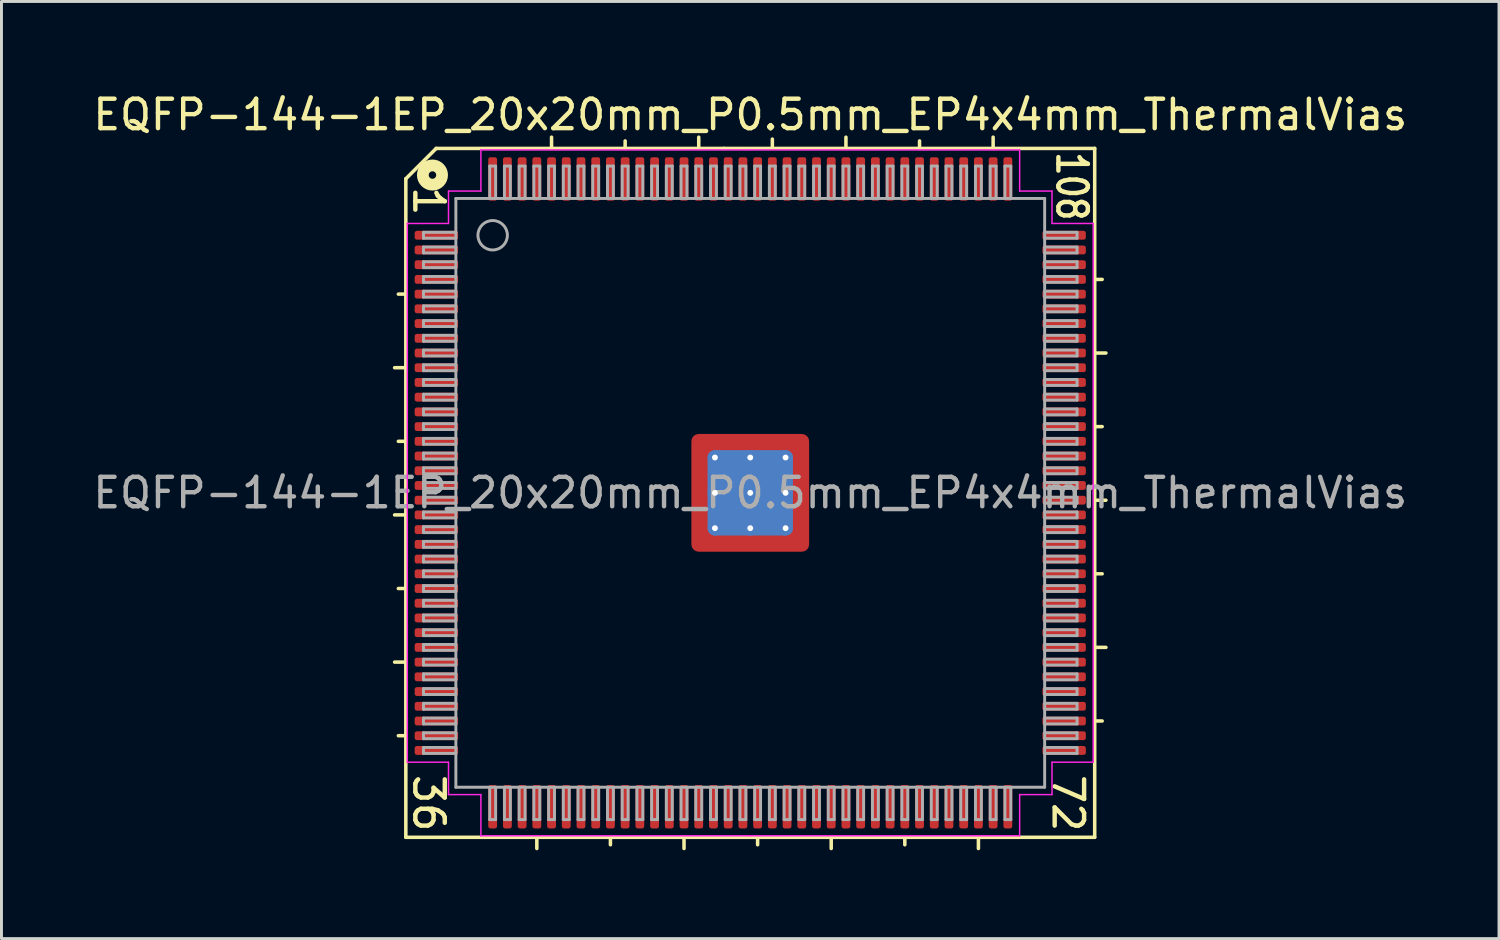
<source format=kicad_pcb>
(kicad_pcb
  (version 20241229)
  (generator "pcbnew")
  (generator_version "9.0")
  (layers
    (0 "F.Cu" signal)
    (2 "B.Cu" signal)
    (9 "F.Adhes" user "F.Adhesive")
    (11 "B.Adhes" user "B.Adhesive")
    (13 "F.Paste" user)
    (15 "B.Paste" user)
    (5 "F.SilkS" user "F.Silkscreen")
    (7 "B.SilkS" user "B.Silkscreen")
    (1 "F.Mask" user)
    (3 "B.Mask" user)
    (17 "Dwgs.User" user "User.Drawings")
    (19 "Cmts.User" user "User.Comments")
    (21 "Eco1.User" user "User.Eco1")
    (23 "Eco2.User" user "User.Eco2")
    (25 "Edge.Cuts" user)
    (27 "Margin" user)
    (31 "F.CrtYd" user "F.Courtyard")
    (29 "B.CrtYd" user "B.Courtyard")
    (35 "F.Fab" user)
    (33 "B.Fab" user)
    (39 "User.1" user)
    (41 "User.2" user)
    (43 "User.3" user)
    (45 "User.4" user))
  (footprint "EQFP-144-1EP_20x20mm_P0.5mm_EP4x4mm_ThermalVias"
    (layer "F.Cu")
    (at 22.435 13.691)
    (property "Reference" "EQFP-144-1EP_20x20mm_P0.5mm_EP4x4mm_ThermalVias" (at 0 -12.843 0) (layer "F.SilkS") (effects (font (size 1 1) (thickness 0.15))))
    (attr smd)
    (fp_line (start -11.7 -10.668) (end -11.7 11.7) (stroke (width 0.12) (type solid)) (layer "F.SilkS"))
    (fp_line (start -11.7 -6.75) (end -11.954 -6.75) (stroke (width 0.12) (type solid)) (layer "F.SilkS"))
    (fp_line (start -11.7 -4.25) (end -12.081 -4.25) (stroke (width 0.12) (type solid)) (layer "F.SilkS"))
    (fp_line (start -11.7 -1.75) (end -11.954 -1.75) (stroke (width 0.12) (type solid)) (layer "F.SilkS"))
    (fp_line (start -11.7 0.75) (end -12.081 0.75) (stroke (width 0.12) (type solid)) (layer "F.SilkS"))
    (fp_line (start -11.7 3.25) (end -11.954 3.25) (stroke (width 0.12) (type solid)) (layer "F.SilkS"))
    (fp_line (start -11.7 5.75) (end -12.081 5.75) (stroke (width 0.12) (type solid)) (layer "F.SilkS"))
    (fp_line (start -11.7 8.25) (end -11.954 8.25) (stroke (width 0.12) (type solid)) (layer "F.SilkS"))
    (fp_line (start -11.7 11.7) (end 11.7 11.7) (stroke (width 0.12) (type solid)) (layer "F.SilkS"))
    (fp_line (start -10.668 -11.7) (end -11.7 -10.668) (stroke (width 0.12) (type solid)) (layer "F.SilkS"))
    (fp_line (start -7.25 11.7) (end -7.25 12.081) (stroke (width 0.12) (type solid)) (layer "F.SilkS"))
    (fp_line (start -6.75 -11.7) (end -6.75 -12.081) (stroke (width 0.12) (type solid)) (layer "F.SilkS"))
    (fp_line (start -4.75 11.7) (end -4.75 11.954) (stroke (width 0.12) (type solid)) (layer "F.SilkS"))
    (fp_line (start -4.25 -11.7) (end -4.25 -11.954) (stroke (width 0.12) (type solid)) (layer "F.SilkS"))
    (fp_line (start -2.25 11.7) (end -2.25 12.081) (stroke (width 0.12) (type solid)) (layer "F.SilkS"))
    (fp_line (start -1.75 -11.7) (end -1.75 -12.081) (stroke (width 0.12) (type solid)) (layer "F.SilkS"))
    (fp_line (start -0.889 -11.7) (end -10.668 -11.7) (stroke (width 0.12) (type solid)) (layer "F.SilkS"))
    (fp_line (start 0.25 11.7) (end 0.25 11.954) (stroke (width 0.12) (type solid)) (layer "F.SilkS"))
    (fp_line (start 0.75 -11.766) (end 0.75 -12.016) (stroke (width 0.12) (type solid)) (layer "F.SilkS"))
    (fp_line (start 2.75 11.7) (end 2.75 12.081) (stroke (width 0.12) (type solid)) (layer "F.SilkS"))
    (fp_line (start 3.25 -11.7) (end 3.25 -12.081) (stroke (width 0.12) (type solid)) (layer "F.SilkS"))
    (fp_line (start 5.25 11.7) (end 5.25 11.954) (stroke (width 0.12) (type solid)) (layer "F.SilkS"))
    (fp_line (start 5.75 -11.7) (end 5.75 -11.954) (stroke (width 0.12) (type solid)) (layer "F.SilkS"))
    (fp_line (start 7.75 11.7) (end 7.75 12.081) (stroke (width 0.12) (type solid)) (layer "F.SilkS"))
    (fp_line (start 8.25 -11.7) (end 8.25 -12.081) (stroke (width 0.12) (type solid)) (layer "F.SilkS"))
    (fp_line (start 11.7 -11.7) (end -0.889 -11.7) (stroke (width 0.12) (type solid)) (layer "F.SilkS"))
    (fp_line (start 11.7 -7.25) (end 11.954 -7.25) (stroke (width 0.12) (type solid)) (layer "F.SilkS"))
    (fp_line (start 11.7 -4.75) (end 12.081 -4.75) (stroke (width 0.12) (type solid)) (layer "F.SilkS"))
    (fp_line (start 11.7 -2.25) (end 11.954 -2.25) (stroke (width 0.12) (type solid)) (layer "F.SilkS"))
    (fp_line (start 11.7 0.25) (end 12.081 0.25) (stroke (width 0.12) (type solid)) (layer "F.SilkS"))
    (fp_line (start 11.7 2.75) (end 11.954 2.75) (stroke (width 0.12) (type solid)) (layer "F.SilkS"))
    (fp_line (start 11.7 5.25) (end 12.081 5.25) (stroke (width 0.12) (type solid)) (layer "F.SilkS"))
    (fp_line (start 11.7 7.75) (end 11.954 7.75) (stroke (width 0.12) (type solid)) (layer "F.SilkS"))
    (fp_line (start 11.7 11.7) (end 11.7 -11.7) (stroke (width 0.12) (type solid)) (layer "F.SilkS"))
    (fp_circle (center -10.795 -10.795) (end -10.668 -10.795) (stroke (width 0.4) (type solid)) (fill no) (layer "F.SilkS"))
    (fp_line (start -11.65 -9.15) (end -11.65 0) (stroke (width 0.05) (type solid)) (layer "F.CrtYd"))
    (fp_line (start -11.65 9.15) (end -11.65 0) (stroke (width 0.05) (type solid)) (layer "F.CrtYd"))
    (fp_line (start -10.25 -10.25) (end -10.25 -9.15) (stroke (width 0.05) (type solid)) (layer "F.CrtYd"))
    (fp_line (start -10.25 -9.15) (end -11.65 -9.15) (stroke (width 0.05) (type solid)) (layer "F.CrtYd"))
    (fp_line (start -10.25 9.15) (end -11.65 9.15) (stroke (width 0.05) (type solid)) (layer "F.CrtYd"))
    (fp_line (start -10.25 10.25) (end -10.25 9.15) (stroke (width 0.05) (type solid)) (layer "F.CrtYd"))
    (fp_line (start -9.15 -11.65) (end -9.15 -10.25) (stroke (width 0.05) (type solid)) (layer "F.CrtYd"))
    (fp_line (start -9.15 -10.25) (end -10.25 -10.25) (stroke (width 0.05) (type solid)) (layer "F.CrtYd"))
    (fp_line (start -9.15 10.25) (end -10.25 10.25) (stroke (width 0.05) (type solid)) (layer "F.CrtYd"))
    (fp_line (start -9.15 11.65) (end -9.15 10.25) (stroke (width 0.05) (type solid)) (layer "F.CrtYd"))
    (fp_line (start 0 -11.65) (end -9.15 -11.65) (stroke (width 0.05) (type solid)) (layer "F.CrtYd"))
    (fp_line (start 0 -11.65) (end 9.15 -11.65) (stroke (width 0.05) (type solid)) (layer "F.CrtYd"))
    (fp_line (start 0 11.65) (end -9.15 11.65) (stroke (width 0.05) (type solid)) (layer "F.CrtYd"))
    (fp_line (start 0 11.65) (end 9.15 11.65) (stroke (width 0.05) (type solid)) (layer "F.CrtYd"))
    (fp_line (start 9.15 -11.65) (end 9.15 -10.25) (stroke (width 0.05) (type solid)) (layer "F.CrtYd"))
    (fp_line (start 9.15 -10.25) (end 10.25 -10.25) (stroke (width 0.05) (type solid)) (layer "F.CrtYd"))
    (fp_line (start 9.15 10.25) (end 10.25 10.25) (stroke (width 0.05) (type solid)) (layer "F.CrtYd"))
    (fp_line (start 9.15 11.65) (end 9.15 10.25) (stroke (width 0.05) (type solid)) (layer "F.CrtYd"))
    (fp_line (start 10.25 -10.25) (end 10.25 -9.15) (stroke (width 0.05) (type solid)) (layer "F.CrtYd"))
    (fp_line (start 10.25 -9.15) (end 11.65 -9.15) (stroke (width 0.05) (type solid)) (layer "F.CrtYd"))
    (fp_line (start 10.25 9.15) (end 11.65 9.15) (stroke (width 0.05) (type solid)) (layer "F.CrtYd"))
    (fp_line (start 10.25 10.25) (end 10.25 9.15) (stroke (width 0.05) (type solid)) (layer "F.CrtYd"))
    (fp_line (start 11.65 -9.15) (end 11.65 0) (stroke (width 0.05) (type solid)) (layer "F.CrtYd"))
    (fp_line (start 11.65 9.15) (end 11.65 0) (stroke (width 0.05) (type solid)) (layer "F.CrtYd"))
    (fp_line (start -11.1 -8.85) (end -11.1 -8.65) (stroke (width 0.1) (type solid)) (layer "F.Fab"))
    (fp_line (start -11.1 -8.85) (end -10 -8.85) (stroke (width 0.1) (type solid)) (layer "F.Fab"))
    (fp_line (start -11.1 -8.65) (end -10 -8.65) (stroke (width 0.1) (type solid)) (layer "F.Fab"))
    (fp_line (start -11.1 -8.35) (end -11.1 -8.15) (stroke (width 0.1) (type solid)) (layer "F.Fab"))
    (fp_line (start -11.1 -8.35) (end -10 -8.35) (stroke (width 0.1) (type solid)) (layer "F.Fab"))
    (fp_line (start -11.1 -8.15) (end -10 -8.15) (stroke (width 0.1) (type solid)) (layer "F.Fab"))
    (fp_line (start -11.1 -7.85) (end -11.1 -7.65) (stroke (width 0.1) (type solid)) (layer "F.Fab"))
    (fp_line (start -11.1 -7.85) (end -10 -7.85) (stroke (width 0.1) (type solid)) (layer "F.Fab"))
    (fp_line (start -11.1 -7.65) (end -10 -7.65) (stroke (width 0.1) (type solid)) (layer "F.Fab"))
    (fp_line (start -11.1 -7.35) (end -11.1 -7.15) (stroke (width 0.1) (type solid)) (layer "F.Fab"))
    (fp_line (start -11.1 -7.35) (end -10 -7.35) (stroke (width 0.1) (type solid)) (layer "F.Fab"))
    (fp_line (start -11.1 -7.15) (end -10 -7.15) (stroke (width 0.1) (type solid)) (layer "F.Fab"))
    (fp_line (start -11.1 -6.85) (end -11.1 -6.65) (stroke (width 0.1) (type solid)) (layer "F.Fab"))
    (fp_line (start -11.1 -6.85) (end -10 -6.85) (stroke (width 0.1) (type solid)) (layer "F.Fab"))
    (fp_line (start -11.1 -6.65) (end -10 -6.65) (stroke (width 0.1) (type solid)) (layer "F.Fab"))
    (fp_line (start -11.1 -6.35) (end -11.1 -6.15) (stroke (width 0.1) (type solid)) (layer "F.Fab"))
    (fp_line (start -11.1 -6.35) (end -10 -6.35) (stroke (width 0.1) (type solid)) (layer "F.Fab"))
    (fp_line (start -11.1 -6.15) (end -10 -6.15) (stroke (width 0.1) (type solid)) (layer "F.Fab"))
    (fp_line (start -11.1 -5.85) (end -11.1 -5.65) (stroke (width 0.1) (type solid)) (layer "F.Fab"))
    (fp_line (start -11.1 -5.85) (end -10 -5.85) (stroke (width 0.1) (type solid)) (layer "F.Fab"))
    (fp_line (start -11.1 -5.65) (end -10 -5.65) (stroke (width 0.1) (type solid)) (layer "F.Fab"))
    (fp_line (start -11.1 -5.35) (end -11.1 -5.15) (stroke (width 0.1) (type solid)) (layer "F.Fab"))
    (fp_line (start -11.1 -5.35) (end -10 -5.35) (stroke (width 0.1) (type solid)) (layer "F.Fab"))
    (fp_line (start -11.1 -5.15) (end -10 -5.15) (stroke (width 0.1) (type solid)) (layer "F.Fab"))
    (fp_line (start -11.1 -4.85) (end -11.1 -4.65) (stroke (width 0.1) (type solid)) (layer "F.Fab"))
    (fp_line (start -11.1 -4.85) (end -10 -4.85) (stroke (width 0.1) (type solid)) (layer "F.Fab"))
    (fp_line (start -11.1 -4.65) (end -10 -4.65) (stroke (width 0.1) (type solid)) (layer "F.Fab"))
    (fp_line (start -11.1 -4.35) (end -11.1 -4.15) (stroke (width 0.1) (type solid)) (layer "F.Fab"))
    (fp_line (start -11.1 -4.35) (end -10 -4.35) (stroke (width 0.1) (type solid)) (layer "F.Fab"))
    (fp_line (start -11.1 -4.15) (end -10 -4.15) (stroke (width 0.1) (type solid)) (layer "F.Fab"))
    (fp_line (start -11.1 -3.85) (end -11.1 -3.65) (stroke (width 0.1) (type solid)) (layer "F.Fab"))
    (fp_line (start -11.1 -3.85) (end -10 -3.85) (stroke (width 0.1) (type solid)) (layer "F.Fab"))
    (fp_line (start -11.1 -3.65) (end -10 -3.65) (stroke (width 0.1) (type solid)) (layer "F.Fab"))
    (fp_line (start -11.1 -3.35) (end -11.1 -3.15) (stroke (width 0.1) (type solid)) (layer "F.Fab"))
    (fp_line (start -11.1 -3.35) (end -10 -3.35) (stroke (width 0.1) (type solid)) (layer "F.Fab"))
    (fp_line (start -11.1 -3.15) (end -10 -3.15) (stroke (width 0.1) (type solid)) (layer "F.Fab"))
    (fp_line (start -11.1 -2.85) (end -11.1 -2.65) (stroke (width 0.1) (type solid)) (layer "F.Fab"))
    (fp_line (start -11.1 -2.85) (end -10 -2.85) (stroke (width 0.1) (type solid)) (layer "F.Fab"))
    (fp_line (start -11.1 -2.65) (end -10 -2.65) (stroke (width 0.1) (type solid)) (layer "F.Fab"))
    (fp_line (start -11.1 -2.35) (end -11.1 -2.15) (stroke (width 0.1) (type solid)) (layer "F.Fab"))
    (fp_line (start -11.1 -2.35) (end -10 -2.35) (stroke (width 0.1) (type solid)) (layer "F.Fab"))
    (fp_line (start -11.1 -2.15) (end -10 -2.15) (stroke (width 0.1) (type solid)) (layer "F.Fab"))
    (fp_line (start -11.1 -1.85) (end -11.1 -1.65) (stroke (width 0.1) (type solid)) (layer "F.Fab"))
    (fp_line (start -11.1 -1.85) (end -10 -1.85) (stroke (width 0.1) (type solid)) (layer "F.Fab"))
    (fp_line (start -11.1 -1.65) (end -10 -1.65) (stroke (width 0.1) (type solid)) (layer "F.Fab"))
    (fp_line (start -11.1 -1.35) (end -11.1 -1.15) (stroke (width 0.1) (type solid)) (layer "F.Fab"))
    (fp_line (start -11.1 -1.35) (end -10 -1.35) (stroke (width 0.1) (type solid)) (layer "F.Fab"))
    (fp_line (start -11.1 -1.15) (end -10 -1.15) (stroke (width 0.1) (type solid)) (layer "F.Fab"))
    (fp_line (start -11.1 -0.85) (end -11.1 -0.65) (stroke (width 0.1) (type solid)) (layer "F.Fab"))
    (fp_line (start -11.1 -0.85) (end -10 -0.85) (stroke (width 0.1) (type solid)) (layer "F.Fab"))
    (fp_line (start -11.1 -0.65) (end -10 -0.65) (stroke (width 0.1) (type solid)) (layer "F.Fab"))
    (fp_line (start -11.1 -0.35) (end -11.1 -0.15) (stroke (width 0.1) (type solid)) (layer "F.Fab"))
    (fp_line (start -11.1 -0.35) (end -10 -0.35) (stroke (width 0.1) (type solid)) (layer "F.Fab"))
    (fp_line (start -11.1 -0.15) (end -10 -0.15) (stroke (width 0.1) (type solid)) (layer "F.Fab"))
    (fp_line (start -11.1 0.15) (end -11.1 0.35) (stroke (width 0.1) (type solid)) (layer "F.Fab"))
    (fp_line (start -11.1 0.15) (end -10 0.15) (stroke (width 0.1) (type solid)) (layer "F.Fab"))
    (fp_line (start -11.1 0.35) (end -10 0.35) (stroke (width 0.1) (type solid)) (layer "F.Fab"))
    (fp_line (start -11.1 0.65) (end -11.1 0.85) (stroke (width 0.1) (type solid)) (layer "F.Fab"))
    (fp_line (start -11.1 0.65) (end -10 0.65) (stroke (width 0.1) (type solid)) (layer "F.Fab"))
    (fp_line (start -11.1 0.85) (end -10 0.85) (stroke (width 0.1) (type solid)) (layer "F.Fab"))
    (fp_line (start -11.1 1.15) (end -11.1 1.35) (stroke (width 0.1) (type solid)) (layer "F.Fab"))
    (fp_line (start -11.1 1.15) (end -10 1.15) (stroke (width 0.1) (type solid)) (layer "F.Fab"))
    (fp_line (start -11.1 1.35) (end -10 1.35) (stroke (width 0.1) (type solid)) (layer "F.Fab"))
    (fp_line (start -11.1 1.65) (end -11.1 1.85) (stroke (width 0.1) (type solid)) (layer "F.Fab"))
    (fp_line (start -11.1 1.65) (end -10 1.65) (stroke (width 0.1) (type solid)) (layer "F.Fab"))
    (fp_line (start -11.1 1.85) (end -10 1.85) (stroke (width 0.1) (type solid)) (layer "F.Fab"))
    (fp_line (start -11.1 2.15) (end -11.1 2.35) (stroke (width 0.1) (type solid)) (layer "F.Fab"))
    (fp_line (start -11.1 2.15) (end -10 2.15) (stroke (width 0.1) (type solid)) (layer "F.Fab"))
    (fp_line (start -11.1 2.35) (end -10 2.35) (stroke (width 0.1) (type solid)) (layer "F.Fab"))
    (fp_line (start -11.1 2.65) (end -11.1 2.85) (stroke (width 0.1) (type solid)) (layer "F.Fab"))
    (fp_line (start -11.1 2.65) (end -10 2.65) (stroke (width 0.1) (type solid)) (layer "F.Fab"))
    (fp_line (start -11.1 2.85) (end -10 2.85) (stroke (width 0.1) (type solid)) (layer "F.Fab"))
    (fp_line (start -11.1 3.15) (end -11.1 3.35) (stroke (width 0.1) (type solid)) (layer "F.Fab"))
    (fp_line (start -11.1 3.15) (end -10 3.15) (stroke (width 0.1) (type solid)) (layer "F.Fab"))
    (fp_line (start -11.1 3.35) (end -10 3.35) (stroke (width 0.1) (type solid)) (layer "F.Fab"))
    (fp_line (start -11.1 3.65) (end -11.1 3.85) (stroke (width 0.1) (type solid)) (layer "F.Fab"))
    (fp_line (start -11.1 3.65) (end -10 3.65) (stroke (width 0.1) (type solid)) (layer "F.Fab"))
    (fp_line (start -11.1 3.85) (end -10 3.85) (stroke (width 0.1) (type solid)) (layer "F.Fab"))
    (fp_line (start -11.1 4.15) (end -11.1 4.35) (stroke (width 0.1) (type solid)) (layer "F.Fab"))
    (fp_line (start -11.1 4.15) (end -10 4.15) (stroke (width 0.1) (type solid)) (layer "F.Fab"))
    (fp_line (start -11.1 4.35) (end -10 4.35) (stroke (width 0.1) (type solid)) (layer "F.Fab"))
    (fp_line (start -11.1 4.65) (end -11.1 4.85) (stroke (width 0.1) (type solid)) (layer "F.Fab"))
    (fp_line (start -11.1 4.65) (end -10 4.65) (stroke (width 0.1) (type solid)) (layer "F.Fab"))
    (fp_line (start -11.1 4.85) (end -10 4.85) (stroke (width 0.1) (type solid)) (layer "F.Fab"))
    (fp_line (start -11.1 5.15) (end -11.1 5.35) (stroke (width 0.1) (type solid)) (layer "F.Fab"))
    (fp_line (start -11.1 5.15) (end -10 5.15) (stroke (width 0.1) (type solid)) (layer "F.Fab"))
    (fp_line (start -11.1 5.35) (end -10 5.35) (stroke (width 0.1) (type solid)) (layer "F.Fab"))
    (fp_line (start -11.1 5.65) (end -11.1 5.85) (stroke (width 0.1) (type solid)) (layer "F.Fab"))
    (fp_line (start -11.1 5.65) (end -10 5.65) (stroke (width 0.1) (type solid)) (layer "F.Fab"))
    (fp_line (start -11.1 5.85) (end -10 5.85) (stroke (width 0.1) (type solid)) (layer "F.Fab"))
    (fp_line (start -11.1 6.15) (end -11.1 6.35) (stroke (width 0.1) (type solid)) (layer "F.Fab"))
    (fp_line (start -11.1 6.15) (end -10 6.15) (stroke (width 0.1) (type solid)) (layer "F.Fab"))
    (fp_line (start -11.1 6.35) (end -10 6.35) (stroke (width 0.1) (type solid)) (layer "F.Fab"))
    (fp_line (start -11.1 6.65) (end -11.1 6.85) (stroke (width 0.1) (type solid)) (layer "F.Fab"))
    (fp_line (start -11.1 6.65) (end -10 6.65) (stroke (width 0.1) (type solid)) (layer "F.Fab"))
    (fp_line (start -11.1 6.85) (end -10 6.85) (stroke (width 0.1) (type solid)) (layer "F.Fab"))
    (fp_line (start -11.1 7.15) (end -11.1 7.35) (stroke (width 0.1) (type solid)) (layer "F.Fab"))
    (fp_line (start -11.1 7.15) (end -10 7.15) (stroke (width 0.1) (type solid)) (layer "F.Fab"))
    (fp_line (start -11.1 7.35) (end -10 7.35) (stroke (width 0.1) (type solid)) (layer "F.Fab"))
    (fp_line (start -11.1 7.65) (end -11.1 7.85) (stroke (width 0.1) (type solid)) (layer "F.Fab"))
    (fp_line (start -11.1 7.65) (end -10 7.65) (stroke (width 0.1) (type solid)) (layer "F.Fab"))
    (fp_line (start -11.1 7.85) (end -10 7.85) (stroke (width 0.1) (type solid)) (layer "F.Fab"))
    (fp_line (start -11.1 8.15) (end -11.1 8.35) (stroke (width 0.1) (type solid)) (layer "F.Fab"))
    (fp_line (start -11.1 8.15) (end -10 8.15) (stroke (width 0.1) (type solid)) (layer "F.Fab"))
    (fp_line (start -11.1 8.35) (end -10 8.35) (stroke (width 0.1) (type solid)) (layer "F.Fab"))
    (fp_line (start -11.1 8.65) (end -11.1 8.85) (stroke (width 0.1) (type solid)) (layer "F.Fab"))
    (fp_line (start -11.1 8.65) (end -10 8.65) (stroke (width 0.1) (type solid)) (layer "F.Fab"))
    (fp_line (start -11.1 8.85) (end -10 8.85) (stroke (width 0.1) (type solid)) (layer "F.Fab"))
    (fp_line (start -10 -10) (end 10 -10) (stroke (width 0.1) (type solid)) (layer "F.Fab"))
    (fp_line (start -10 10) (end -10 -10) (stroke (width 0.1) (type solid)) (layer "F.Fab"))
    (fp_line (start -8.85 -11.1) (end -8.85 -10) (stroke (width 0.1) (type solid)) (layer "F.Fab"))
    (fp_line (start -8.85 11.1) (end -8.85 10) (stroke (width 0.1) (type solid)) (layer "F.Fab"))
    (fp_line (start -8.85 11.1) (end -8.65 11.1) (stroke (width 0.1) (type solid)) (layer "F.Fab"))
    (fp_line (start -8.65 -11.1) (end -8.85 -11.1) (stroke (width 0.1) (type solid)) (layer "F.Fab"))
    (fp_line (start -8.65 -11.1) (end -8.65 -10) (stroke (width 0.1) (type solid)) (layer "F.Fab"))
    (fp_line (start -8.65 11.1) (end -8.65 10) (stroke (width 0.1) (type solid)) (layer "F.Fab"))
    (fp_line (start -8.35 -11.1) (end -8.35 -10) (stroke (width 0.1) (type solid)) (layer "F.Fab"))
    (fp_line (start -8.35 11.1) (end -8.35 10) (stroke (width 0.1) (type solid)) (layer "F.Fab"))
    (fp_line (start -8.35 11.1) (end -8.15 11.1) (stroke (width 0.1) (type solid)) (layer "F.Fab"))
    (fp_line (start -8.15 -11.1) (end -8.35 -11.1) (stroke (width 0.1) (type solid)) (layer "F.Fab"))
    (fp_line (start -8.15 -11.1) (end -8.15 -10) (stroke (width 0.1) (type solid)) (layer "F.Fab"))
    (fp_line (start -8.15 11.1) (end -8.15 10) (stroke (width 0.1) (type solid)) (layer "F.Fab"))
    (fp_line (start -7.85 -11.1) (end -7.85 -10) (stroke (width 0.1) (type solid)) (layer "F.Fab"))
    (fp_line (start -7.85 11.1) (end -7.85 10) (stroke (width 0.1) (type solid)) (layer "F.Fab"))
    (fp_line (start -7.85 11.1) (end -7.65 11.1) (stroke (width 0.1) (type solid)) (layer "F.Fab"))
    (fp_line (start -7.65 -11.1) (end -7.85 -11.1) (stroke (width 0.1) (type solid)) (layer "F.Fab"))
    (fp_line (start -7.65 -11.1) (end -7.65 -10) (stroke (width 0.1) (type solid)) (layer "F.Fab"))
    (fp_line (start -7.65 11.1) (end -7.65 10) (stroke (width 0.1) (type solid)) (layer "F.Fab"))
    (fp_line (start -7.35 -11.1) (end -7.35 -10) (stroke (width 0.1) (type solid)) (layer "F.Fab"))
    (fp_line (start -7.35 11.1) (end -7.35 10) (stroke (width 0.1) (type solid)) (layer "F.Fab"))
    (fp_line (start -7.35 11.1) (end -7.15 11.1) (stroke (width 0.1) (type solid)) (layer "F.Fab"))
    (fp_line (start -7.15 -11.1) (end -7.35 -11.1) (stroke (width 0.1) (type solid)) (layer "F.Fab"))
    (fp_line (start -7.15 -11.1) (end -7.15 -10) (stroke (width 0.1) (type solid)) (layer "F.Fab"))
    (fp_line (start -7.15 11.1) (end -7.15 10) (stroke (width 0.1) (type solid)) (layer "F.Fab"))
    (fp_line (start -6.85 -11.1) (end -6.85 -10) (stroke (width 0.1) (type solid)) (layer "F.Fab"))
    (fp_line (start -6.85 11.1) (end -6.85 10) (stroke (width 0.1) (type solid)) (layer "F.Fab"))
    (fp_line (start -6.85 11.1) (end -6.65 11.1) (stroke (width 0.1) (type solid)) (layer "F.Fab"))
    (fp_line (start -6.65 -11.1) (end -6.85 -11.1) (stroke (width 0.1) (type solid)) (layer "F.Fab"))
    (fp_line (start -6.65 -11.1) (end -6.65 -10) (stroke (width 0.1) (type solid)) (layer "F.Fab"))
    (fp_line (start -6.65 11.1) (end -6.65 10) (stroke (width 0.1) (type solid)) (layer "F.Fab"))
    (fp_line (start -6.35 -11.1) (end -6.35 -10) (stroke (width 0.1) (type solid)) (layer "F.Fab"))
    (fp_line (start -6.35 11.1) (end -6.35 10) (stroke (width 0.1) (type solid)) (layer "F.Fab"))
    (fp_line (start -6.35 11.1) (end -6.15 11.1) (stroke (width 0.1) (type solid)) (layer "F.Fab"))
    (fp_line (start -6.15 -11.1) (end -6.35 -11.1) (stroke (width 0.1) (type solid)) (layer "F.Fab"))
    (fp_line (start -6.15 -11.1) (end -6.15 -10) (stroke (width 0.1) (type solid)) (layer "F.Fab"))
    (fp_line (start -6.15 11.1) (end -6.15 10) (stroke (width 0.1) (type solid)) (layer "F.Fab"))
    (fp_line (start -5.85 -11.1) (end -5.85 -10) (stroke (width 0.1) (type solid)) (layer "F.Fab"))
    (fp_line (start -5.85 11.1) (end -5.85 10) (stroke (width 0.1) (type solid)) (layer "F.Fab"))
    (fp_line (start -5.85 11.1) (end -5.65 11.1) (stroke (width 0.1) (type solid)) (layer "F.Fab"))
    (fp_line (start -5.65 -11.1) (end -5.85 -11.1) (stroke (width 0.1) (type solid)) (layer "F.Fab"))
    (fp_line (start -5.65 -11.1) (end -5.65 -10) (stroke (width 0.1) (type solid)) (layer "F.Fab"))
    (fp_line (start -5.65 11.1) (end -5.65 10) (stroke (width 0.1) (type solid)) (layer "F.Fab"))
    (fp_line (start -5.35 -11.1) (end -5.35 -10) (stroke (width 0.1) (type solid)) (layer "F.Fab"))
    (fp_line (start -5.35 11.1) (end -5.35 10) (stroke (width 0.1) (type solid)) (layer "F.Fab"))
    (fp_line (start -5.35 11.1) (end -5.15 11.1) (stroke (width 0.1) (type solid)) (layer "F.Fab"))
    (fp_line (start -5.15 -11.1) (end -5.35 -11.1) (stroke (width 0.1) (type solid)) (layer "F.Fab"))
    (fp_line (start -5.15 -11.1) (end -5.15 -10) (stroke (width 0.1) (type solid)) (layer "F.Fab"))
    (fp_line (start -5.15 11.1) (end -5.15 10) (stroke (width 0.1) (type solid)) (layer "F.Fab"))
    (fp_line (start -4.85 -11.1) (end -4.85 -10) (stroke (width 0.1) (type solid)) (layer "F.Fab"))
    (fp_line (start -4.85 11.1) (end -4.85 10) (stroke (width 0.1) (type solid)) (layer "F.Fab"))
    (fp_line (start -4.85 11.1) (end -4.65 11.1) (stroke (width 0.1) (type solid)) (layer "F.Fab"))
    (fp_line (start -4.65 -11.1) (end -4.85 -11.1) (stroke (width 0.1) (type solid)) (layer "F.Fab"))
    (fp_line (start -4.65 -11.1) (end -4.65 -10) (stroke (width 0.1) (type solid)) (layer "F.Fab"))
    (fp_line (start -4.65 11.1) (end -4.65 10) (stroke (width 0.1) (type solid)) (layer "F.Fab"))
    (fp_line (start -4.35 -11.1) (end -4.35 -10) (stroke (width 0.1) (type solid)) (layer "F.Fab"))
    (fp_line (start -4.35 11.1) (end -4.35 10) (stroke (width 0.1) (type solid)) (layer "F.Fab"))
    (fp_line (start -4.35 11.1) (end -4.15 11.1) (stroke (width 0.1) (type solid)) (layer "F.Fab"))
    (fp_line (start -4.15 -11.1) (end -4.35 -11.1) (stroke (width 0.1) (type solid)) (layer "F.Fab"))
    (fp_line (start -4.15 -11.1) (end -4.15 -10) (stroke (width 0.1) (type solid)) (layer "F.Fab"))
    (fp_line (start -4.15 11.1) (end -4.15 10) (stroke (width 0.1) (type solid)) (layer "F.Fab"))
    (fp_line (start -3.85 -11.1) (end -3.85 -10) (stroke (width 0.1) (type solid)) (layer "F.Fab"))
    (fp_line (start -3.85 11.1) (end -3.85 10) (stroke (width 0.1) (type solid)) (layer "F.Fab"))
    (fp_line (start -3.85 11.1) (end -3.65 11.1) (stroke (width 0.1) (type solid)) (layer "F.Fab"))
    (fp_line (start -3.65 -11.1) (end -3.85 -11.1) (stroke (width 0.1) (type solid)) (layer "F.Fab"))
    (fp_line (start -3.65 -11.1) (end -3.65 -10) (stroke (width 0.1) (type solid)) (layer "F.Fab"))
    (fp_line (start -3.65 11.1) (end -3.65 10) (stroke (width 0.1) (type solid)) (layer "F.Fab"))
    (fp_line (start -3.35 -11.1) (end -3.35 -10) (stroke (width 0.1) (type solid)) (layer "F.Fab"))
    (fp_line (start -3.35 11.1) (end -3.35 10) (stroke (width 0.1) (type solid)) (layer "F.Fab"))
    (fp_line (start -3.35 11.1) (end -3.15 11.1) (stroke (width 0.1) (type solid)) (layer "F.Fab"))
    (fp_line (start -3.15 -11.1) (end -3.35 -11.1) (stroke (width 0.1) (type solid)) (layer "F.Fab"))
    (fp_line (start -3.15 -11.1) (end -3.15 -10) (stroke (width 0.1) (type solid)) (layer "F.Fab"))
    (fp_line (start -3.15 11.1) (end -3.15 10) (stroke (width 0.1) (type solid)) (layer "F.Fab"))
    (fp_line (start -2.85 -11.1) (end -2.85 -10) (stroke (width 0.1) (type solid)) (layer "F.Fab"))
    (fp_line (start -2.85 11.1) (end -2.85 10) (stroke (width 0.1) (type solid)) (layer "F.Fab"))
    (fp_line (start -2.85 11.1) (end -2.65 11.1) (stroke (width 0.1) (type solid)) (layer "F.Fab"))
    (fp_line (start -2.65 -11.1) (end -2.85 -11.1) (stroke (width 0.1) (type solid)) (layer "F.Fab"))
    (fp_line (start -2.65 -11.1) (end -2.65 -10) (stroke (width 0.1) (type solid)) (layer "F.Fab"))
    (fp_line (start -2.65 11.1) (end -2.65 10) (stroke (width 0.1) (type solid)) (layer "F.Fab"))
    (fp_line (start -2.35 -11.1) (end -2.35 -10) (stroke (width 0.1) (type solid)) (layer "F.Fab"))
    (fp_line (start -2.35 11.1) (end -2.35 10) (stroke (width 0.1) (type solid)) (layer "F.Fab"))
    (fp_line (start -2.35 11.1) (end -2.15 11.1) (stroke (width 0.1) (type solid)) (layer "F.Fab"))
    (fp_line (start -2.15 -11.1) (end -2.35 -11.1) (stroke (width 0.1) (type solid)) (layer "F.Fab"))
    (fp_line (start -2.15 -11.1) (end -2.15 -10) (stroke (width 0.1) (type solid)) (layer "F.Fab"))
    (fp_line (start -2.15 11.1) (end -2.15 10) (stroke (width 0.1) (type solid)) (layer "F.Fab"))
    (fp_line (start -1.85 -11.1) (end -1.85 -10) (stroke (width 0.1) (type solid)) (layer "F.Fab"))
    (fp_line (start -1.85 11.1) (end -1.85 10) (stroke (width 0.1) (type solid)) (layer "F.Fab"))
    (fp_line (start -1.85 11.1) (end -1.65 11.1) (stroke (width 0.1) (type solid)) (layer "F.Fab"))
    (fp_line (start -1.65 -11.1) (end -1.85 -11.1) (stroke (width 0.1) (type solid)) (layer "F.Fab"))
    (fp_line (start -1.65 -11.1) (end -1.65 -10) (stroke (width 0.1) (type solid)) (layer "F.Fab"))
    (fp_line (start -1.65 11.1) (end -1.65 10) (stroke (width 0.1) (type solid)) (layer "F.Fab"))
    (fp_line (start -1.35 -11.1) (end -1.35 -10) (stroke (width 0.1) (type solid)) (layer "F.Fab"))
    (fp_line (start -1.35 11.1) (end -1.35 10) (stroke (width 0.1) (type solid)) (layer "F.Fab"))
    (fp_line (start -1.35 11.1) (end -1.15 11.1) (stroke (width 0.1) (type solid)) (layer "F.Fab"))
    (fp_line (start -1.15 -11.1) (end -1.35 -11.1) (stroke (width 0.1) (type solid)) (layer "F.Fab"))
    (fp_line (start -1.15 -11.1) (end -1.15 -10) (stroke (width 0.1) (type solid)) (layer "F.Fab"))
    (fp_line (start -1.15 11.1) (end -1.15 10) (stroke (width 0.1) (type solid)) (layer "F.Fab"))
    (fp_line (start -0.85 -11.1) (end -0.85 -10) (stroke (width 0.1) (type solid)) (layer "F.Fab"))
    (fp_line (start -0.85 11.1) (end -0.85 10) (stroke (width 0.1) (type solid)) (layer "F.Fab"))
    (fp_line (start -0.85 11.1) (end -0.65 11.1) (stroke (width 0.1) (type solid)) (layer "F.Fab"))
    (fp_line (start -0.65 -11.1) (end -0.85 -11.1) (stroke (width 0.1) (type solid)) (layer "F.Fab"))
    (fp_line (start -0.65 -11.1) (end -0.65 -10) (stroke (width 0.1) (type solid)) (layer "F.Fab"))
    (fp_line (start -0.65 11.1) (end -0.65 10) (stroke (width 0.1) (type solid)) (layer "F.Fab"))
    (fp_line (start -0.35 -11.1) (end -0.35 -10) (stroke (width 0.1) (type solid)) (layer "F.Fab"))
    (fp_line (start -0.35 11.1) (end -0.35 10) (stroke (width 0.1) (type solid)) (layer "F.Fab"))
    (fp_line (start -0.35 11.1) (end -0.15 11.1) (stroke (width 0.1) (type solid)) (layer "F.Fab"))
    (fp_line (start -0.15 -11.1) (end -0.35 -11.1) (stroke (width 0.1) (type solid)) (layer "F.Fab"))
    (fp_line (start -0.15 -11.1) (end -0.15 -10) (stroke (width 0.1) (type solid)) (layer "F.Fab"))
    (fp_line (start -0.15 11.1) (end -0.15 10) (stroke (width 0.1) (type solid)) (layer "F.Fab"))
    (fp_line (start 0.15 -11.1) (end 0.15 -10) (stroke (width 0.1) (type solid)) (layer "F.Fab"))
    (fp_line (start 0.15 11.1) (end 0.15 10) (stroke (width 0.1) (type solid)) (layer "F.Fab"))
    (fp_line (start 0.15 11.1) (end 0.35 11.1) (stroke (width 0.1) (type solid)) (layer "F.Fab"))
    (fp_line (start 0.35 -11.1) (end 0.15 -11.1) (stroke (width 0.1) (type solid)) (layer "F.Fab"))
    (fp_line (start 0.35 -11.1) (end 0.35 -10) (stroke (width 0.1) (type solid)) (layer "F.Fab"))
    (fp_line (start 0.35 11.1) (end 0.35 10) (stroke (width 0.1) (type solid)) (layer "F.Fab"))
    (fp_line (start 0.65 -11.1) (end 0.65 -10) (stroke (width 0.1) (type solid)) (layer "F.Fab"))
    (fp_line (start 0.65 11.1) (end 0.65 10) (stroke (width 0.1) (type solid)) (layer "F.Fab"))
    (fp_line (start 0.65 11.1) (end 0.85 11.1) (stroke (width 0.1) (type solid)) (layer "F.Fab"))
    (fp_line (start 0.85 -11.1) (end 0.65 -11.1) (stroke (width 0.1) (type solid)) (layer "F.Fab"))
    (fp_line (start 0.85 -11.1) (end 0.85 -10) (stroke (width 0.1) (type solid)) (layer "F.Fab"))
    (fp_line (start 0.85 11.1) (end 0.85 10) (stroke (width 0.1) (type solid)) (layer "F.Fab"))
    (fp_line (start 1.15 -11.1) (end 1.15 -10) (stroke (width 0.1) (type solid)) (layer "F.Fab"))
    (fp_line (start 1.15 11.1) (end 1.15 10) (stroke (width 0.1) (type solid)) (layer "F.Fab"))
    (fp_line (start 1.15 11.1) (end 1.35 11.1) (stroke (width 0.1) (type solid)) (layer "F.Fab"))
    (fp_line (start 1.35 -11.1) (end 1.15 -11.1) (stroke (width 0.1) (type solid)) (layer "F.Fab"))
    (fp_line (start 1.35 -11.1) (end 1.35 -10) (stroke (width 0.1) (type solid)) (layer "F.Fab"))
    (fp_line (start 1.35 11.1) (end 1.35 10) (stroke (width 0.1) (type solid)) (layer "F.Fab"))
    (fp_line (start 1.65 -11.1) (end 1.65 -10) (stroke (width 0.1) (type solid)) (layer "F.Fab"))
    (fp_line (start 1.65 11.1) (end 1.65 10) (stroke (width 0.1) (type solid)) (layer "F.Fab"))
    (fp_line (start 1.65 11.1) (end 1.85 11.1) (stroke (width 0.1) (type solid)) (layer "F.Fab"))
    (fp_line (start 1.85 -11.1) (end 1.65 -11.1) (stroke (width 0.1) (type solid)) (layer "F.Fab"))
    (fp_line (start 1.85 -11.1) (end 1.85 -10) (stroke (width 0.1) (type solid)) (layer "F.Fab"))
    (fp_line (start 1.85 11.1) (end 1.85 10) (stroke (width 0.1) (type solid)) (layer "F.Fab"))
    (fp_line (start 2.15 -11.1) (end 2.15 -10) (stroke (width 0.1) (type solid)) (layer "F.Fab"))
    (fp_line (start 2.15 11.1) (end 2.15 10) (stroke (width 0.1) (type solid)) (layer "F.Fab"))
    (fp_line (start 2.15 11.1) (end 2.35 11.1) (stroke (width 0.1) (type solid)) (layer "F.Fab"))
    (fp_line (start 2.35 -11.1) (end 2.15 -11.1) (stroke (width 0.1) (type solid)) (layer "F.Fab"))
    (fp_line (start 2.35 -11.1) (end 2.35 -10) (stroke (width 0.1) (type solid)) (layer "F.Fab"))
    (fp_line (start 2.35 11.1) (end 2.35 10) (stroke (width 0.1) (type solid)) (layer "F.Fab"))
    (fp_line (start 2.65 -11.1) (end 2.65 -10) (stroke (width 0.1) (type solid)) (layer "F.Fab"))
    (fp_line (start 2.65 11.1) (end 2.65 10) (stroke (width 0.1) (type solid)) (layer "F.Fab"))
    (fp_line (start 2.65 11.1) (end 2.85 11.1) (stroke (width 0.1) (type solid)) (layer "F.Fab"))
    (fp_line (start 2.85 -11.1) (end 2.65 -11.1) (stroke (width 0.1) (type solid)) (layer "F.Fab"))
    (fp_line (start 2.85 -11.1) (end 2.85 -10) (stroke (width 0.1) (type solid)) (layer "F.Fab"))
    (fp_line (start 2.85 11.1) (end 2.85 10) (stroke (width 0.1) (type solid)) (layer "F.Fab"))
    (fp_line (start 3.15 -11.1) (end 3.15 -10) (stroke (width 0.1) (type solid)) (layer "F.Fab"))
    (fp_line (start 3.15 11.1) (end 3.15 10) (stroke (width 0.1) (type solid)) (layer "F.Fab"))
    (fp_line (start 3.15 11.1) (end 3.35 11.1) (stroke (width 0.1) (type solid)) (layer "F.Fab"))
    (fp_line (start 3.35 -11.1) (end 3.15 -11.1) (stroke (width 0.1) (type solid)) (layer "F.Fab"))
    (fp_line (start 3.35 -11.1) (end 3.35 -10) (stroke (width 0.1) (type solid)) (layer "F.Fab"))
    (fp_line (start 3.35 11.1) (end 3.35 10) (stroke (width 0.1) (type solid)) (layer "F.Fab"))
    (fp_line (start 3.65 -11.1) (end 3.65 -10) (stroke (width 0.1) (type solid)) (layer "F.Fab"))
    (fp_line (start 3.65 11.1) (end 3.65 10) (stroke (width 0.1) (type solid)) (layer "F.Fab"))
    (fp_line (start 3.65 11.1) (end 3.85 11.1) (stroke (width 0.1) (type solid)) (layer "F.Fab"))
    (fp_line (start 3.85 -11.1) (end 3.65 -11.1) (stroke (width 0.1) (type solid)) (layer "F.Fab"))
    (fp_line (start 3.85 -11.1) (end 3.85 -10) (stroke (width 0.1) (type solid)) (layer "F.Fab"))
    (fp_line (start 3.85 11.1) (end 3.85 10) (stroke (width 0.1) (type solid)) (layer "F.Fab"))
    (fp_line (start 4.15 -11.1) (end 4.15 -10) (stroke (width 0.1) (type solid)) (layer "F.Fab"))
    (fp_line (start 4.15 11.1) (end 4.15 10) (stroke (width 0.1) (type solid)) (layer "F.Fab"))
    (fp_line (start 4.15 11.1) (end 4.35 11.1) (stroke (width 0.1) (type solid)) (layer "F.Fab"))
    (fp_line (start 4.35 -11.1) (end 4.15 -11.1) (stroke (width 0.1) (type solid)) (layer "F.Fab"))
    (fp_line (start 4.35 -11.1) (end 4.35 -10) (stroke (width 0.1) (type solid)) (layer "F.Fab"))
    (fp_line (start 4.35 11.1) (end 4.35 10) (stroke (width 0.1) (type solid)) (layer "F.Fab"))
    (fp_line (start 4.65 -11.1) (end 4.65 -10) (stroke (width 0.1) (type solid)) (layer "F.Fab"))
    (fp_line (start 4.65 11.1) (end 4.65 10) (stroke (width 0.1) (type solid)) (layer "F.Fab"))
    (fp_line (start 4.65 11.1) (end 4.85 11.1) (stroke (width 0.1) (type solid)) (layer "F.Fab"))
    (fp_line (start 4.85 -11.1) (end 4.65 -11.1) (stroke (width 0.1) (type solid)) (layer "F.Fab"))
    (fp_line (start 4.85 -11.1) (end 4.85 -10) (stroke (width 0.1) (type solid)) (layer "F.Fab"))
    (fp_line (start 4.85 11.1) (end 4.85 10) (stroke (width 0.1) (type solid)) (layer "F.Fab"))
    (fp_line (start 5.15 -11.1) (end 5.15 -10) (stroke (width 0.1) (type solid)) (layer "F.Fab"))
    (fp_line (start 5.15 11.1) (end 5.15 10) (stroke (width 0.1) (type solid)) (layer "F.Fab"))
    (fp_line (start 5.15 11.1) (end 5.35 11.1) (stroke (width 0.1) (type solid)) (layer "F.Fab"))
    (fp_line (start 5.35 -11.1) (end 5.15 -11.1) (stroke (width 0.1) (type solid)) (layer "F.Fab"))
    (fp_line (start 5.35 -11.1) (end 5.35 -10) (stroke (width 0.1) (type solid)) (layer "F.Fab"))
    (fp_line (start 5.35 11.1) (end 5.35 10) (stroke (width 0.1) (type solid)) (layer "F.Fab"))
    (fp_line (start 5.65 -11.1) (end 5.65 -10) (stroke (width 0.1) (type solid)) (layer "F.Fab"))
    (fp_line (start 5.65 11.1) (end 5.65 10) (stroke (width 0.1) (type solid)) (layer "F.Fab"))
    (fp_line (start 5.65 11.1) (end 5.85 11.1) (stroke (width 0.1) (type solid)) (layer "F.Fab"))
    (fp_line (start 5.85 -11.1) (end 5.65 -11.1) (stroke (width 0.1) (type solid)) (layer "F.Fab"))
    (fp_line (start 5.85 -11.1) (end 5.85 -10) (stroke (width 0.1) (type solid)) (layer "F.Fab"))
    (fp_line (start 5.85 11.1) (end 5.85 10) (stroke (width 0.1) (type solid)) (layer "F.Fab"))
    (fp_line (start 6.15 -11.1) (end 6.15 -10) (stroke (width 0.1) (type solid)) (layer "F.Fab"))
    (fp_line (start 6.15 11.1) (end 6.15 10) (stroke (width 0.1) (type solid)) (layer "F.Fab"))
    (fp_line (start 6.15 11.1) (end 6.35 11.1) (stroke (width 0.1) (type solid)) (layer "F.Fab"))
    (fp_line (start 6.35 -11.1) (end 6.15 -11.1) (stroke (width 0.1) (type solid)) (layer "F.Fab"))
    (fp_line (start 6.35 -11.1) (end 6.35 -10) (stroke (width 0.1) (type solid)) (layer "F.Fab"))
    (fp_line (start 6.35 11.1) (end 6.35 10) (stroke (width 0.1) (type solid)) (layer "F.Fab"))
    (fp_line (start 6.65 -11.1) (end 6.65 -10) (stroke (width 0.1) (type solid)) (layer "F.Fab"))
    (fp_line (start 6.65 11.1) (end 6.65 10) (stroke (width 0.1) (type solid)) (layer "F.Fab"))
    (fp_line (start 6.65 11.1) (end 6.85 11.1) (stroke (width 0.1) (type solid)) (layer "F.Fab"))
    (fp_line (start 6.85 -11.1) (end 6.65 -11.1) (stroke (width 0.1) (type solid)) (layer "F.Fab"))
    (fp_line (start 6.85 -11.1) (end 6.85 -10) (stroke (width 0.1) (type solid)) (layer "F.Fab"))
    (fp_line (start 6.85 11.1) (end 6.85 10) (stroke (width 0.1) (type solid)) (layer "F.Fab"))
    (fp_line (start 7.15 -11.1) (end 7.15 -10) (stroke (width 0.1) (type solid)) (layer "F.Fab"))
    (fp_line (start 7.15 11.1) (end 7.15 10) (stroke (width 0.1) (type solid)) (layer "F.Fab"))
    (fp_line (start 7.15 11.1) (end 7.35 11.1) (stroke (width 0.1) (type solid)) (layer "F.Fab"))
    (fp_line (start 7.35 -11.1) (end 7.15 -11.1) (stroke (width 0.1) (type solid)) (layer "F.Fab"))
    (fp_line (start 7.35 -11.1) (end 7.35 -10) (stroke (width 0.1) (type solid)) (layer "F.Fab"))
    (fp_line (start 7.35 11.1) (end 7.35 10) (stroke (width 0.1) (type solid)) (layer "F.Fab"))
    (fp_line (start 7.65 -11.1) (end 7.65 -10) (stroke (width 0.1) (type solid)) (layer "F.Fab"))
    (fp_line (start 7.65 11.1) (end 7.65 10) (stroke (width 0.1) (type solid)) (layer "F.Fab"))
    (fp_line (start 7.65 11.1) (end 7.85 11.1) (stroke (width 0.1) (type solid)) (layer "F.Fab"))
    (fp_line (start 7.85 -11.1) (end 7.65 -11.1) (stroke (width 0.1) (type solid)) (layer "F.Fab"))
    (fp_line (start 7.85 -11.1) (end 7.85 -10) (stroke (width 0.1) (type solid)) (layer "F.Fab"))
    (fp_line (start 7.85 11.1) (end 7.85 10) (stroke (width 0.1) (type solid)) (layer "F.Fab"))
    (fp_line (start 8.15 -11.1) (end 8.15 -10) (stroke (width 0.1) (type solid)) (layer "F.Fab"))
    (fp_line (start 8.15 11.1) (end 8.15 10) (stroke (width 0.1) (type solid)) (layer "F.Fab"))
    (fp_line (start 8.15 11.1) (end 8.35 11.1) (stroke (width 0.1) (type solid)) (layer "F.Fab"))
    (fp_line (start 8.35 -11.1) (end 8.15 -11.1) (stroke (width 0.1) (type solid)) (layer "F.Fab"))
    (fp_line (start 8.35 -11.1) (end 8.35 -10) (stroke (width 0.1) (type solid)) (layer "F.Fab"))
    (fp_line (start 8.35 11.1) (end 8.35 10) (stroke (width 0.1) (type solid)) (layer "F.Fab"))
    (fp_line (start 8.65 -11.1) (end 8.65 -10) (stroke (width 0.1) (type solid)) (layer "F.Fab"))
    (fp_line (start 8.65 11.1) (end 8.65 10) (stroke (width 0.1) (type solid)) (layer "F.Fab"))
    (fp_line (start 8.65 11.1) (end 8.85 11.1) (stroke (width 0.1) (type solid)) (layer "F.Fab"))
    (fp_line (start 8.85 -11.1) (end 8.65 -11.1) (stroke (width 0.1) (type solid)) (layer "F.Fab"))
    (fp_line (start 8.85 -11.1) (end 8.85 -10) (stroke (width 0.1) (type solid)) (layer "F.Fab"))
    (fp_line (start 8.85 11.1) (end 8.85 10) (stroke (width 0.1) (type solid)) (layer "F.Fab"))
    (fp_line (start 10 -10) (end 10 10) (stroke (width 0.1) (type solid)) (layer "F.Fab"))
    (fp_line (start 10 10) (end -10 10) (stroke (width 0.1) (type solid)) (layer "F.Fab"))
    (fp_line (start 11.1 -8.85) (end 10 -8.85) (stroke (width 0.1) (type solid)) (layer "F.Fab"))
    (fp_line (start 11.1 -8.65) (end 10 -8.65) (stroke (width 0.1) (type solid)) (layer "F.Fab"))
    (fp_line (start 11.1 -8.65) (end 11.1 -8.85) (stroke (width 0.1) (type solid)) (layer "F.Fab"))
    (fp_line (start 11.1 -8.35) (end 10 -8.35) (stroke (width 0.1) (type solid)) (layer "F.Fab"))
    (fp_line (start 11.1 -8.15) (end 10 -8.15) (stroke (width 0.1) (type solid)) (layer "F.Fab"))
    (fp_line (start 11.1 -8.15) (end 11.1 -8.35) (stroke (width 0.1) (type solid)) (layer "F.Fab"))
    (fp_line (start 11.1 -7.85) (end 10 -7.85) (stroke (width 0.1) (type solid)) (layer "F.Fab"))
    (fp_line (start 11.1 -7.65) (end 10 -7.65) (stroke (width 0.1) (type solid)) (layer "F.Fab"))
    (fp_line (start 11.1 -7.65) (end 11.1 -7.85) (stroke (width 0.1) (type solid)) (layer "F.Fab"))
    (fp_line (start 11.1 -7.35) (end 10 -7.35) (stroke (width 0.1) (type solid)) (layer "F.Fab"))
    (fp_line (start 11.1 -7.15) (end 10 -7.15) (stroke (width 0.1) (type solid)) (layer "F.Fab"))
    (fp_line (start 11.1 -7.15) (end 11.1 -7.35) (stroke (width 0.1) (type solid)) (layer "F.Fab"))
    (fp_line (start 11.1 -6.85) (end 10 -6.85) (stroke (width 0.1) (type solid)) (layer "F.Fab"))
    (fp_line (start 11.1 -6.65) (end 10 -6.65) (stroke (width 0.1) (type solid)) (layer "F.Fab"))
    (fp_line (start 11.1 -6.65) (end 11.1 -6.85) (stroke (width 0.1) (type solid)) (layer "F.Fab"))
    (fp_line (start 11.1 -6.35) (end 10 -6.35) (stroke (width 0.1) (type solid)) (layer "F.Fab"))
    (fp_line (start 11.1 -6.15) (end 10 -6.15) (stroke (width 0.1) (type solid)) (layer "F.Fab"))
    (fp_line (start 11.1 -6.15) (end 11.1 -6.35) (stroke (width 0.1) (type solid)) (layer "F.Fab"))
    (fp_line (start 11.1 -5.85) (end 10 -5.85) (stroke (width 0.1) (type solid)) (layer "F.Fab"))
    (fp_line (start 11.1 -5.65) (end 10 -5.65) (stroke (width 0.1) (type solid)) (layer "F.Fab"))
    (fp_line (start 11.1 -5.65) (end 11.1 -5.85) (stroke (width 0.1) (type solid)) (layer "F.Fab"))
    (fp_line (start 11.1 -5.35) (end 10 -5.35) (stroke (width 0.1) (type solid)) (layer "F.Fab"))
    (fp_line (start 11.1 -5.15) (end 10 -5.15) (stroke (width 0.1) (type solid)) (layer "F.Fab"))
    (fp_line (start 11.1 -5.15) (end 11.1 -5.35) (stroke (width 0.1) (type solid)) (layer "F.Fab"))
    (fp_line (start 11.1 -4.85) (end 10 -4.85) (stroke (width 0.1) (type solid)) (layer "F.Fab"))
    (fp_line (start 11.1 -4.65) (end 10 -4.65) (stroke (width 0.1) (type solid)) (layer "F.Fab"))
    (fp_line (start 11.1 -4.65) (end 11.1 -4.85) (stroke (width 0.1) (type solid)) (layer "F.Fab"))
    (fp_line (start 11.1 -4.35) (end 10 -4.35) (stroke (width 0.1) (type solid)) (layer "F.Fab"))
    (fp_line (start 11.1 -4.15) (end 10 -4.15) (stroke (width 0.1) (type solid)) (layer "F.Fab"))
    (fp_line (start 11.1 -4.15) (end 11.1 -4.35) (stroke (width 0.1) (type solid)) (layer "F.Fab"))
    (fp_line (start 11.1 -3.85) (end 10 -3.85) (stroke (width 0.1) (type solid)) (layer "F.Fab"))
    (fp_line (start 11.1 -3.65) (end 10 -3.65) (stroke (width 0.1) (type solid)) (layer "F.Fab"))
    (fp_line (start 11.1 -3.65) (end 11.1 -3.85) (stroke (width 0.1) (type solid)) (layer "F.Fab"))
    (fp_line (start 11.1 -3.35) (end 10 -3.35) (stroke (width 0.1) (type solid)) (layer "F.Fab"))
    (fp_line (start 11.1 -3.15) (end 10 -3.15) (stroke (width 0.1) (type solid)) (layer "F.Fab"))
    (fp_line (start 11.1 -3.15) (end 11.1 -3.35) (stroke (width 0.1) (type solid)) (layer "F.Fab"))
    (fp_line (start 11.1 -2.85) (end 10 -2.85) (stroke (width 0.1) (type solid)) (layer "F.Fab"))
    (fp_line (start 11.1 -2.65) (end 10 -2.65) (stroke (width 0.1) (type solid)) (layer "F.Fab"))
    (fp_line (start 11.1 -2.65) (end 11.1 -2.85) (stroke (width 0.1) (type solid)) (layer "F.Fab"))
    (fp_line (start 11.1 -2.35) (end 10 -2.35) (stroke (width 0.1) (type solid)) (layer "F.Fab"))
    (fp_line (start 11.1 -2.15) (end 10 -2.15) (stroke (width 0.1) (type solid)) (layer "F.Fab"))
    (fp_line (start 11.1 -2.15) (end 11.1 -2.35) (stroke (width 0.1) (type solid)) (layer "F.Fab"))
    (fp_line (start 11.1 -1.85) (end 10 -1.85) (stroke (width 0.1) (type solid)) (layer "F.Fab"))
    (fp_line (start 11.1 -1.65) (end 10 -1.65) (stroke (width 0.1) (type solid)) (layer "F.Fab"))
    (fp_line (start 11.1 -1.65) (end 11.1 -1.85) (stroke (width 0.1) (type solid)) (layer "F.Fab"))
    (fp_line (start 11.1 -1.35) (end 10 -1.35) (stroke (width 0.1) (type solid)) (layer "F.Fab"))
    (fp_line (start 11.1 -1.15) (end 10 -1.15) (stroke (width 0.1) (type solid)) (layer "F.Fab"))
    (fp_line (start 11.1 -1.15) (end 11.1 -1.35) (stroke (width 0.1) (type solid)) (layer "F.Fab"))
    (fp_line (start 11.1 -0.85) (end 10 -0.85) (stroke (width 0.1) (type solid)) (layer "F.Fab"))
    (fp_line (start 11.1 -0.65) (end 10 -0.65) (stroke (width 0.1) (type solid)) (layer "F.Fab"))
    (fp_line (start 11.1 -0.65) (end 11.1 -0.85) (stroke (width 0.1) (type solid)) (layer "F.Fab"))
    (fp_line (start 11.1 -0.35) (end 10 -0.35) (stroke (width 0.1) (type solid)) (layer "F.Fab"))
    (fp_line (start 11.1 -0.15) (end 10 -0.15) (stroke (width 0.1) (type solid)) (layer "F.Fab"))
    (fp_line (start 11.1 -0.15) (end 11.1 -0.35) (stroke (width 0.1) (type solid)) (layer "F.Fab"))
    (fp_line (start 11.1 0.15) (end 10 0.15) (stroke (width 0.1) (type solid)) (layer "F.Fab"))
    (fp_line (start 11.1 0.35) (end 10 0.35) (stroke (width 0.1) (type solid)) (layer "F.Fab"))
    (fp_line (start 11.1 0.35) (end 11.1 0.15) (stroke (width 0.1) (type solid)) (layer "F.Fab"))
    (fp_line (start 11.1 0.65) (end 10 0.65) (stroke (width 0.1) (type solid)) (layer "F.Fab"))
    (fp_line (start 11.1 0.85) (end 10 0.85) (stroke (width 0.1) (type solid)) (layer "F.Fab"))
    (fp_line (start 11.1 0.85) (end 11.1 0.65) (stroke (width 0.1) (type solid)) (layer "F.Fab"))
    (fp_line (start 11.1 1.15) (end 10 1.15) (stroke (width 0.1) (type solid)) (layer "F.Fab"))
    (fp_line (start 11.1 1.35) (end 10 1.35) (stroke (width 0.1) (type solid)) (layer "F.Fab"))
    (fp_line (start 11.1 1.35) (end 11.1 1.15) (stroke (width 0.1) (type solid)) (layer "F.Fab"))
    (fp_line (start 11.1 1.65) (end 10 1.65) (stroke (width 0.1) (type solid)) (layer "F.Fab"))
    (fp_line (start 11.1 1.85) (end 10 1.85) (stroke (width 0.1) (type solid)) (layer "F.Fab"))
    (fp_line (start 11.1 1.85) (end 11.1 1.65) (stroke (width 0.1) (type solid)) (layer "F.Fab"))
    (fp_line (start 11.1 2.15) (end 10 2.15) (stroke (width 0.1) (type solid)) (layer "F.Fab"))
    (fp_line (start 11.1 2.35) (end 10 2.35) (stroke (width 0.1) (type solid)) (layer "F.Fab"))
    (fp_line (start 11.1 2.35) (end 11.1 2.15) (stroke (width 0.1) (type solid)) (layer "F.Fab"))
    (fp_line (start 11.1 2.65) (end 10 2.65) (stroke (width 0.1) (type solid)) (layer "F.Fab"))
    (fp_line (start 11.1 2.85) (end 10 2.85) (stroke (width 0.1) (type solid)) (layer "F.Fab"))
    (fp_line (start 11.1 2.85) (end 11.1 2.65) (stroke (width 0.1) (type solid)) (layer "F.Fab"))
    (fp_line (start 11.1 3.15) (end 10 3.15) (stroke (width 0.1) (type solid)) (layer "F.Fab"))
    (fp_line (start 11.1 3.35) (end 10 3.35) (stroke (width 0.1) (type solid)) (layer "F.Fab"))
    (fp_line (start 11.1 3.35) (end 11.1 3.15) (stroke (width 0.1) (type solid)) (layer "F.Fab"))
    (fp_line (start 11.1 3.65) (end 10 3.65) (stroke (width 0.1) (type solid)) (layer "F.Fab"))
    (fp_line (start 11.1 3.85) (end 10 3.85) (stroke (width 0.1) (type solid)) (layer "F.Fab"))
    (fp_line (start 11.1 3.85) (end 11.1 3.65) (stroke (width 0.1) (type solid)) (layer "F.Fab"))
    (fp_line (start 11.1 4.15) (end 10 4.15) (stroke (width 0.1) (type solid)) (layer "F.Fab"))
    (fp_line (start 11.1 4.35) (end 10 4.35) (stroke (width 0.1) (type solid)) (layer "F.Fab"))
    (fp_line (start 11.1 4.35) (end 11.1 4.15) (stroke (width 0.1) (type solid)) (layer "F.Fab"))
    (fp_line (start 11.1 4.65) (end 10 4.65) (stroke (width 0.1) (type solid)) (layer "F.Fab"))
    (fp_line (start 11.1 4.85) (end 10 4.85) (stroke (width 0.1) (type solid)) (layer "F.Fab"))
    (fp_line (start 11.1 4.85) (end 11.1 4.65) (stroke (width 0.1) (type solid)) (layer "F.Fab"))
    (fp_line (start 11.1 5.15) (end 10 5.15) (stroke (width 0.1) (type solid)) (layer "F.Fab"))
    (fp_line (start 11.1 5.35) (end 10 5.35) (stroke (width 0.1) (type solid)) (layer "F.Fab"))
    (fp_line (start 11.1 5.35) (end 11.1 5.15) (stroke (width 0.1) (type solid)) (layer "F.Fab"))
    (fp_line (start 11.1 5.65) (end 10 5.65) (stroke (width 0.1) (type solid)) (layer "F.Fab"))
    (fp_line (start 11.1 5.85) (end 10 5.85) (stroke (width 0.1) (type solid)) (layer "F.Fab"))
    (fp_line (start 11.1 5.85) (end 11.1 5.65) (stroke (width 0.1) (type solid)) (layer "F.Fab"))
    (fp_line (start 11.1 6.15) (end 10 6.15) (stroke (width 0.1) (type solid)) (layer "F.Fab"))
    (fp_line (start 11.1 6.35) (end 10 6.35) (stroke (width 0.1) (type solid)) (layer "F.Fab"))
    (fp_line (start 11.1 6.35) (end 11.1 6.15) (stroke (width 0.1) (type solid)) (layer "F.Fab"))
    (fp_line (start 11.1 6.65) (end 10 6.65) (stroke (width 0.1) (type solid)) (layer "F.Fab"))
    (fp_line (start 11.1 6.85) (end 10 6.85) (stroke (width 0.1) (type solid)) (layer "F.Fab"))
    (fp_line (start 11.1 6.85) (end 11.1 6.65) (stroke (width 0.1) (type solid)) (layer "F.Fab"))
    (fp_line (start 11.1 7.15) (end 10 7.15) (stroke (width 0.1) (type solid)) (layer "F.Fab"))
    (fp_line (start 11.1 7.35) (end 10 7.35) (stroke (width 0.1) (type solid)) (layer "F.Fab"))
    (fp_line (start 11.1 7.35) (end 11.1 7.15) (stroke (width 0.1) (type solid)) (layer "F.Fab"))
    (fp_line (start 11.1 7.65) (end 10 7.65) (stroke (width 0.1) (type solid)) (layer "F.Fab"))
    (fp_line (start 11.1 7.85) (end 10 7.85) (stroke (width 0.1) (type solid)) (layer "F.Fab"))
    (fp_line (start 11.1 7.85) (end 11.1 7.65) (stroke (width 0.1) (type solid)) (layer "F.Fab"))
    (fp_line (start 11.1 8.15) (end 10 8.15) (stroke (width 0.1) (type solid)) (layer "F.Fab"))
    (fp_line (start 11.1 8.35) (end 10 8.35) (stroke (width 0.1) (type solid)) (layer "F.Fab"))
    (fp_line (start 11.1 8.35) (end 11.1 8.15) (stroke (width 0.1) (type solid)) (layer "F.Fab"))
    (fp_line (start 11.1 8.65) (end 10 8.65) (stroke (width 0.1) (type solid)) (layer "F.Fab"))
    (fp_line (start 11.1 8.85) (end 10 8.85) (stroke (width 0.1) (type solid)) (layer "F.Fab"))
    (fp_line (start 11.1 8.85) (end 11.1 8.65) (stroke (width 0.1) (type solid)) (layer "F.Fab"))
    (fp_circle (center -8.75 -8.75) (end -8.25 -8.75) (stroke (width 0.1) (type solid)) (fill no) (layer "F.Fab"))
    (fp_text user "108" (at 10.922 -10.414 270) (unlocked yes) (layer "F.SilkS") (effects (font (size 1 0.8) (thickness 0.15))))
    (fp_text user "36" (at -10.922 10.541 270) (unlocked yes) (layer "F.SilkS") (effects (font (size 1 1) (thickness 0.15))))
    (fp_text user "72" (at 10.795 10.541 270) (unlocked yes) (layer "F.SilkS") (effects (font (size 1 1) (thickness 0.15))))
    (fp_text user "1" (at -10.922 -9.906 270) (unlocked yes) (layer "F.SilkS") (effects (font (size 1 1) (thickness 0.15))))
    (fp_text user "${REFERENCE}" (at 0 0 0) (layer "F.Fab") (effects (font (size 1 1) (thickness 0.15))))
    (pad "" smd custom (at -1.6 -1.6) (size 0.555 0.555) (layers "F.Paste") (options (anchor circle)) (primitives (gr_poly (pts (xy 0.232 0.157) (xy 0.157 0.232) (xy -0.232 0.232) (xy -0.232 -0.232) (xy 0.232 -0.232)) (width 0.181) (fill yes))))
    (pad "" smd roundrect (at -1.6 -0.6) (size 0.645 0.967) (layers "F.Paste") (roundrect_rratio 0.25))
    (pad "" smd roundrect (at -1.6 0.6) (size 0.645 0.967) (layers "F.Paste") (roundrect_rratio 0.25))
    (pad "" smd custom (at -1.6 1.6) (size 0.555 0.555) (layers "F.Paste") (options (anchor circle)) (primitives (gr_poly (pts (xy 0.232 -0.157) (xy 0.232 0.232) (xy -0.232 0.232) (xy -0.232 -0.232) (xy 0.157 -0.232)) (width 0.181) (fill yes))))
    (pad "" smd roundrect (at -0.6 -1.6) (size 0.967 0.645) (layers "F.Paste") (roundrect_rratio 0.25))
    (pad "" smd roundrect (at -0.6 -0.6) (size 0.967 0.967) (layers "F.Paste") (roundrect_rratio 0.25))
    (pad "" smd roundrect (at -0.6 0.6) (size 0.967 0.967) (layers "F.Paste") (roundrect_rratio 0.25))
    (pad "" smd roundrect (at -0.6 1.6) (size 0.967 0.645) (layers "F.Paste") (roundrect_rratio 0.25))
    (pad "" smd roundrect (at 0.6 -1.6) (size 0.967 0.645) (layers "F.Paste") (roundrect_rratio 0.25))
    (pad "" smd roundrect (at 0.6 -0.6) (size 0.967 0.967) (layers "F.Paste") (roundrect_rratio 0.25))
    (pad "" smd roundrect (at 0.6 0.6) (size 0.967 0.967) (layers "F.Paste") (roundrect_rratio 0.25))
    (pad "" smd roundrect (at 0.6 1.6) (size 0.967 0.645) (layers "F.Paste") (roundrect_rratio 0.25))
    (pad "" smd custom (at 1.6 -1.6) (size 0.555 0.555) (layers "F.Paste") (options (anchor circle)) (primitives (gr_poly (pts (xy 0.232 0.232) (xy -0.157 0.232) (xy -0.232 0.157) (xy -0.232 -0.232) (xy 0.232 -0.232)) (width 0.181) (fill yes))))
    (pad "" smd roundrect (at 1.6 -0.6) (size 0.645 0.967) (layers "F.Paste") (roundrect_rratio 0.25))
    (pad "" smd roundrect (at 1.6 0.6) (size 0.645 0.967) (layers "F.Paste") (roundrect_rratio 0.25))
    (pad "" smd custom (at 1.6 1.6) (size 0.555 0.555) (layers "F.Paste") (options (anchor circle)) (primitives (gr_poly (pts (xy 0.232 0.232) (xy -0.232 0.232) (xy -0.232 -0.157) (xy -0.157 -0.232) (xy 0.232 -0.232)) (width 0.181) (fill yes))))
    (pad "1" smd roundrect (at -10.662 -8.75) (size 1.475 0.3) (layers "F.Cu" "F.Mask" "F.Paste") (roundrect_rratio 0.25))
    (pad "2" smd roundrect (at -10.662 -8.25) (size 1.475 0.3) (layers "F.Cu" "F.Mask" "F.Paste") (roundrect_rratio 0.25))
    (pad "3" smd roundrect (at -10.662 -7.75) (size 1.475 0.3) (layers "F.Cu" "F.Mask" "F.Paste") (roundrect_rratio 0.25))
    (pad "4" smd roundrect (at -10.662 -7.25) (size 1.475 0.3) (layers "F.Cu" "F.Mask" "F.Paste") (roundrect_rratio 0.25))
    (pad "5" smd roundrect (at -10.662 -6.75) (size 1.475 0.3) (layers "F.Cu" "F.Mask" "F.Paste") (roundrect_rratio 0.25))
    (pad "6" smd roundrect (at -10.662 -6.25) (size 1.475 0.3) (layers "F.Cu" "F.Mask" "F.Paste") (roundrect_rratio 0.25))
    (pad "7" smd roundrect (at -10.662 -5.75) (size 1.475 0.3) (layers "F.Cu" "F.Mask" "F.Paste") (roundrect_rratio 0.25))
    (pad "8" smd roundrect (at -10.662 -5.25) (size 1.475 0.3) (layers "F.Cu" "F.Mask" "F.Paste") (roundrect_rratio 0.25))
    (pad "9" smd roundrect (at -10.662 -4.75) (size 1.475 0.3) (layers "F.Cu" "F.Mask" "F.Paste") (roundrect_rratio 0.25))
    (pad "10" smd roundrect (at -10.662 -4.25) (size 1.475 0.3) (layers "F.Cu" "F.Mask" "F.Paste") (roundrect_rratio 0.25))
    (pad "11" smd roundrect (at -10.662 -3.75) (size 1.475 0.3) (layers "F.Cu" "F.Mask" "F.Paste") (roundrect_rratio 0.25))
    (pad "12" smd roundrect (at -10.662 -3.25) (size 1.475 0.3) (layers "F.Cu" "F.Mask" "F.Paste") (roundrect_rratio 0.25))
    (pad "13" smd roundrect (at -10.662 -2.75) (size 1.475 0.3) (layers "F.Cu" "F.Mask" "F.Paste") (roundrect_rratio 0.25))
    (pad "14" smd roundrect (at -10.662 -2.25) (size 1.475 0.3) (layers "F.Cu" "F.Mask" "F.Paste") (roundrect_rratio 0.25))
    (pad "15" smd roundrect (at -10.662 -1.75) (size 1.475 0.3) (layers "F.Cu" "F.Mask" "F.Paste") (roundrect_rratio 0.25))
    (pad "16" smd roundrect (at -10.662 -1.25) (size 1.475 0.3) (layers "F.Cu" "F.Mask" "F.Paste") (roundrect_rratio 0.25))
    (pad "17" smd roundrect (at -10.662 -0.75) (size 1.475 0.3) (layers "F.Cu" "F.Mask" "F.Paste") (roundrect_rratio 0.25))
    (pad "18" smd roundrect (at -10.662 -0.25) (size 1.475 0.3) (layers "F.Cu" "F.Mask" "F.Paste") (roundrect_rratio 0.25))
    (pad "19" smd roundrect (at -10.662 0.25) (size 1.475 0.3) (layers "F.Cu" "F.Mask" "F.Paste") (roundrect_rratio 0.25))
    (pad "20" smd roundrect (at -10.662 0.75) (size 1.475 0.3) (layers "F.Cu" "F.Mask" "F.Paste") (roundrect_rratio 0.25))
    (pad "21" smd roundrect (at -10.662 1.25) (size 1.475 0.3) (layers "F.Cu" "F.Mask" "F.Paste") (roundrect_rratio 0.25))
    (pad "22" smd roundrect (at -10.662 1.75) (size 1.475 0.3) (layers "F.Cu" "F.Mask" "F.Paste") (roundrect_rratio 0.25))
    (pad "23" smd roundrect (at -10.662 2.25) (size 1.475 0.3) (layers "F.Cu" "F.Mask" "F.Paste") (roundrect_rratio 0.25))
    (pad "24" smd roundrect (at -10.662 2.75) (size 1.475 0.3) (layers "F.Cu" "F.Mask" "F.Paste") (roundrect_rratio 0.25))
    (pad "25" smd roundrect (at -10.662 3.25) (size 1.475 0.3) (layers "F.Cu" "F.Mask" "F.Paste") (roundrect_rratio 0.25))
    (pad "26" smd roundrect (at -10.662 3.75) (size 1.475 0.3) (layers "F.Cu" "F.Mask" "F.Paste") (roundrect_rratio 0.25))
    (pad "27" smd roundrect (at -10.662 4.25) (size 1.475 0.3) (layers "F.Cu" "F.Mask" "F.Paste") (roundrect_rratio 0.25))
    (pad "28" smd roundrect (at -10.662 4.75) (size 1.475 0.3) (layers "F.Cu" "F.Mask" "F.Paste") (roundrect_rratio 0.25))
    (pad "29" smd roundrect (at -10.662 5.25) (size 1.475 0.3) (layers "F.Cu" "F.Mask" "F.Paste") (roundrect_rratio 0.25))
    (pad "30" smd roundrect (at -10.662 5.75) (size 1.475 0.3) (layers "F.Cu" "F.Mask" "F.Paste") (roundrect_rratio 0.25))
    (pad "31" smd roundrect (at -10.662 6.25) (size 1.475 0.3) (layers "F.Cu" "F.Mask" "F.Paste") (roundrect_rratio 0.25))
    (pad "32" smd roundrect (at -10.662 6.75) (size 1.475 0.3) (layers "F.Cu" "F.Mask" "F.Paste") (roundrect_rratio 0.25))
    (pad "33" smd roundrect (at -10.662 7.25) (size 1.475 0.3) (layers "F.Cu" "F.Mask" "F.Paste") (roundrect_rratio 0.25))
    (pad "34" smd roundrect (at -10.662 7.75) (size 1.475 0.3) (layers "F.Cu" "F.Mask" "F.Paste") (roundrect_rratio 0.25))
    (pad "35" smd roundrect (at -10.662 8.25) (size 1.475 0.3) (layers "F.Cu" "F.Mask" "F.Paste") (roundrect_rratio 0.25))
    (pad "36" smd roundrect (at -10.662 8.75) (size 1.475 0.3) (layers "F.Cu" "F.Mask" "F.Paste") (roundrect_rratio 0.25))
    (pad "37" smd roundrect (at -8.75 10.662) (size 0.3 1.475) (layers "F.Cu" "F.Mask" "F.Paste") (roundrect_rratio 0.25))
    (pad "38" smd roundrect (at -8.25 10.662) (size 0.3 1.475) (layers "F.Cu" "F.Mask" "F.Paste") (roundrect_rratio 0.25))
    (pad "39" smd roundrect (at -7.75 10.662) (size 0.3 1.475) (layers "F.Cu" "F.Mask" "F.Paste") (roundrect_rratio 0.25))
    (pad "40" smd roundrect (at -7.25 10.662) (size 0.3 1.475) (layers "F.Cu" "F.Mask" "F.Paste") (roundrect_rratio 0.25))
    (pad "41" smd roundrect (at -6.75 10.662) (size 0.3 1.475) (layers "F.Cu" "F.Mask" "F.Paste") (roundrect_rratio 0.25))
    (pad "42" smd roundrect (at -6.25 10.662) (size 0.3 1.475) (layers "F.Cu" "F.Mask" "F.Paste") (roundrect_rratio 0.25))
    (pad "43" smd roundrect (at -5.75 10.662) (size 0.3 1.475) (layers "F.Cu" "F.Mask" "F.Paste") (roundrect_rratio 0.25))
    (pad "44" smd roundrect (at -5.25 10.662) (size 0.3 1.475) (layers "F.Cu" "F.Mask" "F.Paste") (roundrect_rratio 0.25))
    (pad "45" smd roundrect (at -4.75 10.662) (size 0.3 1.475) (layers "F.Cu" "F.Mask" "F.Paste") (roundrect_rratio 0.25))
    (pad "46" smd roundrect (at -4.25 10.662) (size 0.3 1.475) (layers "F.Cu" "F.Mask" "F.Paste") (roundrect_rratio 0.25))
    (pad "47" smd roundrect (at -3.75 10.662) (size 0.3 1.475) (layers "F.Cu" "F.Mask" "F.Paste") (roundrect_rratio 0.25))
    (pad "48" smd roundrect (at -3.25 10.662) (size 0.3 1.475) (layers "F.Cu" "F.Mask" "F.Paste") (roundrect_rratio 0.25))
    (pad "49" smd roundrect (at -2.75 10.662) (size 0.3 1.475) (layers "F.Cu" "F.Mask" "F.Paste") (roundrect_rratio 0.25))
    (pad "50" smd roundrect (at -2.25 10.662) (size 0.3 1.475) (layers "F.Cu" "F.Mask" "F.Paste") (roundrect_rratio 0.25))
    (pad "51" smd roundrect (at -1.75 10.662) (size 0.3 1.475) (layers "F.Cu" "F.Mask" "F.Paste") (roundrect_rratio 0.25))
    (pad "52" smd roundrect (at -1.25 10.662) (size 0.3 1.475) (layers "F.Cu" "F.Mask" "F.Paste") (roundrect_rratio 0.25))
    (pad "53" smd roundrect (at -0.75 10.662) (size 0.3 1.475) (layers "F.Cu" "F.Mask" "F.Paste") (roundrect_rratio 0.25))
    (pad "54" smd roundrect (at -0.25 10.662) (size 0.3 1.475) (layers "F.Cu" "F.Mask" "F.Paste") (roundrect_rratio 0.25))
    (pad "55" smd roundrect (at 0.25 10.662) (size 0.3 1.475) (layers "F.Cu" "F.Mask" "F.Paste") (roundrect_rratio 0.25))
    (pad "56" smd roundrect (at 0.75 10.662) (size 0.3 1.475) (layers "F.Cu" "F.Mask" "F.Paste") (roundrect_rratio 0.25))
    (pad "57" smd roundrect (at 1.25 10.662) (size 0.3 1.475) (layers "F.Cu" "F.Mask" "F.Paste") (roundrect_rratio 0.25))
    (pad "58" smd roundrect (at 1.75 10.662) (size 0.3 1.475) (layers "F.Cu" "F.Mask" "F.Paste") (roundrect_rratio 0.25))
    (pad "59" smd roundrect (at 2.25 10.662) (size 0.3 1.475) (layers "F.Cu" "F.Mask" "F.Paste") (roundrect_rratio 0.25))
    (pad "60" smd roundrect (at 2.75 10.662) (size 0.3 1.475) (layers "F.Cu" "F.Mask" "F.Paste") (roundrect_rratio 0.25))
    (pad "61" smd roundrect (at 3.25 10.662) (size 0.3 1.475) (layers "F.Cu" "F.Mask" "F.Paste") (roundrect_rratio 0.25))
    (pad "62" smd roundrect (at 3.75 10.662) (size 0.3 1.475) (layers "F.Cu" "F.Mask" "F.Paste") (roundrect_rratio 0.25))
    (pad "63" smd roundrect (at 4.25 10.662) (size 0.3 1.475) (layers "F.Cu" "F.Mask" "F.Paste") (roundrect_rratio 0.25))
    (pad "64" smd roundrect (at 4.75 10.662) (size 0.3 1.475) (layers "F.Cu" "F.Mask" "F.Paste") (roundrect_rratio 0.25))
    (pad "65" smd roundrect (at 5.25 10.662) (size 0.3 1.475) (layers "F.Cu" "F.Mask" "F.Paste") (roundrect_rratio 0.25))
    (pad "66" smd roundrect (at 5.75 10.662) (size 0.3 1.475) (layers "F.Cu" "F.Mask" "F.Paste") (roundrect_rratio 0.25))
    (pad "67" smd roundrect (at 6.25 10.662) (size 0.3 1.475) (layers "F.Cu" "F.Mask" "F.Paste") (roundrect_rratio 0.25))
    (pad "68" smd roundrect (at 6.75 10.662) (size 0.3 1.475) (layers "F.Cu" "F.Mask" "F.Paste") (roundrect_rratio 0.25))
    (pad "69" smd roundrect (at 7.25 10.662) (size 0.3 1.475) (layers "F.Cu" "F.Mask" "F.Paste") (roundrect_rratio 0.25))
    (pad "70" smd roundrect (at 7.75 10.662) (size 0.3 1.475) (layers "F.Cu" "F.Mask" "F.Paste") (roundrect_rratio 0.25))
    (pad "71" smd roundrect (at 8.25 10.662) (size 0.3 1.475) (layers "F.Cu" "F.Mask" "F.Paste") (roundrect_rratio 0.25))
    (pad "72" smd roundrect (at 8.75 10.662) (size 0.3 1.475) (layers "F.Cu" "F.Mask" "F.Paste") (roundrect_rratio 0.25))
    (pad "73" smd roundrect (at 10.662 8.75) (size 1.475 0.3) (layers "F.Cu" "F.Mask" "F.Paste") (roundrect_rratio 0.25))
    (pad "74" smd roundrect (at 10.662 8.25) (size 1.475 0.3) (layers "F.Cu" "F.Mask" "F.Paste") (roundrect_rratio 0.25))
    (pad "75" smd roundrect (at 10.662 7.75) (size 1.475 0.3) (layers "F.Cu" "F.Mask" "F.Paste") (roundrect_rratio 0.25))
    (pad "76" smd roundrect (at 10.662 7.25) (size 1.475 0.3) (layers "F.Cu" "F.Mask" "F.Paste") (roundrect_rratio 0.25))
    (pad "77" smd roundrect (at 10.662 6.75) (size 1.475 0.3) (layers "F.Cu" "F.Mask" "F.Paste") (roundrect_rratio 0.25))
    (pad "78" smd roundrect (at 10.662 6.25) (size 1.475 0.3) (layers "F.Cu" "F.Mask" "F.Paste") (roundrect_rratio 0.25))
    (pad "79" smd roundrect (at 10.662 5.75) (size 1.475 0.3) (layers "F.Cu" "F.Mask" "F.Paste") (roundrect_rratio 0.25))
    (pad "80" smd roundrect (at 10.662 5.25) (size 1.475 0.3) (layers "F.Cu" "F.Mask" "F.Paste") (roundrect_rratio 0.25))
    (pad "81" smd roundrect (at 10.662 4.75) (size 1.475 0.3) (layers "F.Cu" "F.Mask" "F.Paste") (roundrect_rratio 0.25))
    (pad "82" smd roundrect (at 10.662 4.25) (size 1.475 0.3) (layers "F.Cu" "F.Mask" "F.Paste") (roundrect_rratio 0.25))
    (pad "83" smd roundrect (at 10.662 3.75) (size 1.475 0.3) (layers "F.Cu" "F.Mask" "F.Paste") (roundrect_rratio 0.25))
    (pad "84" smd roundrect (at 10.662 3.25) (size 1.475 0.3) (layers "F.Cu" "F.Mask" "F.Paste") (roundrect_rratio 0.25))
    (pad "85" smd roundrect (at 10.662 2.75) (size 1.475 0.3) (layers "F.Cu" "F.Mask" "F.Paste") (roundrect_rratio 0.25))
    (pad "86" smd roundrect (at 10.662 2.25) (size 1.475 0.3) (layers "F.Cu" "F.Mask" "F.Paste") (roundrect_rratio 0.25))
    (pad "87" smd roundrect (at 10.662 1.75) (size 1.475 0.3) (layers "F.Cu" "F.Mask" "F.Paste") (roundrect_rratio 0.25))
    (pad "88" smd roundrect (at 10.662 1.25) (size 1.475 0.3) (layers "F.Cu" "F.Mask" "F.Paste") (roundrect_rratio 0.25))
    (pad "89" smd roundrect (at 10.662 0.75) (size 1.475 0.3) (layers "F.Cu" "F.Mask" "F.Paste") (roundrect_rratio 0.25))
    (pad "90" smd roundrect (at 10.662 0.25) (size 1.475 0.3) (layers "F.Cu" "F.Mask" "F.Paste") (roundrect_rratio 0.25))
    (pad "91" smd roundrect (at 10.662 -0.25) (size 1.475 0.3) (layers "F.Cu" "F.Mask" "F.Paste") (roundrect_rratio 0.25))
    (pad "92" smd roundrect (at 10.662 -0.75) (size 1.475 0.3) (layers "F.Cu" "F.Mask" "F.Paste") (roundrect_rratio 0.25))
    (pad "93" smd roundrect (at 10.662 -1.25) (size 1.475 0.3) (layers "F.Cu" "F.Mask" "F.Paste") (roundrect_rratio 0.25))
    (pad "94" smd roundrect (at 10.662 -1.75) (size 1.475 0.3) (layers "F.Cu" "F.Mask" "F.Paste") (roundrect_rratio 0.25))
    (pad "95" smd roundrect (at 10.662 -2.25) (size 1.475 0.3) (layers "F.Cu" "F.Mask" "F.Paste") (roundrect_rratio 0.25))
    (pad "96" smd roundrect (at 10.662 -2.75) (size 1.475 0.3) (layers "F.Cu" "F.Mask" "F.Paste") (roundrect_rratio 0.25))
    (pad "97" smd roundrect (at 10.662 -3.25) (size 1.475 0.3) (layers "F.Cu" "F.Mask" "F.Paste") (roundrect_rratio 0.25))
    (pad "98" smd roundrect (at 10.662 -3.75) (size 1.475 0.3) (layers "F.Cu" "F.Mask" "F.Paste") (roundrect_rratio 0.25))
    (pad "99" smd roundrect (at 10.662 -4.25) (size 1.475 0.3) (layers "F.Cu" "F.Mask" "F.Paste") (roundrect_rratio 0.25))
    (pad "100" smd roundrect (at 10.662 -4.75) (size 1.475 0.3) (layers "F.Cu" "F.Mask" "F.Paste") (roundrect_rratio 0.25))
    (pad "101" smd roundrect (at 10.662 -5.25) (size 1.475 0.3) (layers "F.Cu" "F.Mask" "F.Paste") (roundrect_rratio 0.25))
    (pad "102" smd roundrect (at 10.662 -5.75) (size 1.475 0.3) (layers "F.Cu" "F.Mask" "F.Paste") (roundrect_rratio 0.25))
    (pad "103" smd roundrect (at 10.662 -6.25) (size 1.475 0.3) (layers "F.Cu" "F.Mask" "F.Paste") (roundrect_rratio 0.25))
    (pad "104" smd roundrect (at 10.662 -6.75) (size 1.475 0.3) (layers "F.Cu" "F.Mask" "F.Paste") (roundrect_rratio 0.25))
    (pad "105" smd roundrect (at 10.662 -7.25) (size 1.475 0.3) (layers "F.Cu" "F.Mask" "F.Paste") (roundrect_rratio 0.25))
    (pad "106" smd roundrect (at 10.662 -7.75) (size 1.475 0.3) (layers "F.Cu" "F.Mask" "F.Paste") (roundrect_rratio 0.25))
    (pad "107" smd roundrect (at 10.662 -8.25) (size 1.475 0.3) (layers "F.Cu" "F.Mask" "F.Paste") (roundrect_rratio 0.25))
    (pad "108" smd roundrect (at 10.662 -8.75) (size 1.475 0.3) (layers "F.Cu" "F.Mask" "F.Paste") (roundrect_rratio 0.25))
    (pad "109" smd roundrect (at 8.75 -10.662) (size 0.3 1.475) (layers "F.Cu" "F.Mask" "F.Paste") (roundrect_rratio 0.25))
    (pad "110" smd roundrect (at 8.25 -10.662) (size 0.3 1.475) (layers "F.Cu" "F.Mask" "F.Paste") (roundrect_rratio 0.25))
    (pad "111" smd roundrect (at 7.75 -10.662) (size 0.3 1.475) (layers "F.Cu" "F.Mask" "F.Paste") (roundrect_rratio 0.25))
    (pad "112" smd roundrect (at 7.25 -10.662) (size 0.3 1.475) (layers "F.Cu" "F.Mask" "F.Paste") (roundrect_rratio 0.25))
    (pad "113" smd roundrect (at 6.75 -10.662) (size 0.3 1.475) (layers "F.Cu" "F.Mask" "F.Paste") (roundrect_rratio 0.25))
    (pad "114" smd roundrect (at 6.25 -10.662) (size 0.3 1.475) (layers "F.Cu" "F.Mask" "F.Paste") (roundrect_rratio 0.25))
    (pad "115" smd roundrect (at 5.75 -10.662) (size 0.3 1.475) (layers "F.Cu" "F.Mask" "F.Paste") (roundrect_rratio 0.25))
    (pad "116" smd roundrect (at 5.25 -10.662) (size 0.3 1.475) (layers "F.Cu" "F.Mask" "F.Paste") (roundrect_rratio 0.25))
    (pad "117" smd roundrect (at 4.75 -10.662) (size 0.3 1.475) (layers "F.Cu" "F.Mask" "F.Paste") (roundrect_rratio 0.25))
    (pad "118" smd roundrect (at 4.25 -10.662) (size 0.3 1.475) (layers "F.Cu" "F.Mask" "F.Paste") (roundrect_rratio 0.25))
    (pad "119" smd roundrect (at 3.75 -10.662) (size 0.3 1.475) (layers "F.Cu" "F.Mask" "F.Paste") (roundrect_rratio 0.25))
    (pad "120" smd roundrect (at 3.25 -10.662) (size 0.3 1.475) (layers "F.Cu" "F.Mask" "F.Paste") (roundrect_rratio 0.25))
    (pad "121" smd roundrect (at 2.75 -10.662) (size 0.3 1.475) (layers "F.Cu" "F.Mask" "F.Paste") (roundrect_rratio 0.25))
    (pad "122" smd roundrect (at 2.25 -10.662) (size 0.3 1.475) (layers "F.Cu" "F.Mask" "F.Paste") (roundrect_rratio 0.25))
    (pad "123" smd roundrect (at 1.75 -10.662) (size 0.3 1.475) (layers "F.Cu" "F.Mask" "F.Paste") (roundrect_rratio 0.25))
    (pad "124" smd roundrect (at 1.25 -10.662) (size 0.3 1.475) (layers "F.Cu" "F.Mask" "F.Paste") (roundrect_rratio 0.25))
    (pad "125" smd roundrect (at 0.75 -10.662) (size 0.3 1.475) (layers "F.Cu" "F.Mask" "F.Paste") (roundrect_rratio 0.25))
    (pad "126" smd roundrect (at 0.25 -10.662) (size 0.3 1.475) (layers "F.Cu" "F.Mask" "F.Paste") (roundrect_rratio 0.25))
    (pad "127" smd roundrect (at -0.25 -10.662) (size 0.3 1.475) (layers "F.Cu" "F.Mask" "F.Paste") (roundrect_rratio 0.25))
    (pad "128" smd roundrect (at -0.75 -10.662) (size 0.3 1.475) (layers "F.Cu" "F.Mask" "F.Paste") (roundrect_rratio 0.25))
    (pad "129" smd roundrect (at -1.25 -10.662) (size 0.3 1.475) (layers "F.Cu" "F.Mask" "F.Paste") (roundrect_rratio 0.25))
    (pad "130" smd roundrect (at -1.75 -10.662) (size 0.3 1.475) (layers "F.Cu" "F.Mask" "F.Paste") (roundrect_rratio 0.25))
    (pad "131" smd roundrect (at -2.25 -10.662) (size 0.3 1.475) (layers "F.Cu" "F.Mask" "F.Paste") (roundrect_rratio 0.25))
    (pad "132" smd roundrect (at -2.75 -10.662) (size 0.3 1.475) (layers "F.Cu" "F.Mask" "F.Paste") (roundrect_rratio 0.25))
    (pad "133" smd roundrect (at -3.25 -10.662) (size 0.3 1.475) (layers "F.Cu" "F.Mask" "F.Paste") (roundrect_rratio 0.25))
    (pad "134" smd roundrect (at -3.75 -10.662) (size 0.3 1.475) (layers "F.Cu" "F.Mask" "F.Paste") (roundrect_rratio 0.25))
    (pad "135" smd roundrect (at -4.25 -10.662) (size 0.3 1.475) (layers "F.Cu" "F.Mask" "F.Paste") (roundrect_rratio 0.25))
    (pad "136" smd roundrect (at -4.75 -10.662) (size 0.3 1.475) (layers "F.Cu" "F.Mask" "F.Paste") (roundrect_rratio 0.25))
    (pad "137" smd roundrect (at -5.25 -10.662) (size 0.3 1.475) (layers "F.Cu" "F.Mask" "F.Paste") (roundrect_rratio 0.25))
    (pad "138" smd roundrect (at -5.75 -10.662) (size 0.3 1.475) (layers "F.Cu" "F.Mask" "F.Paste") (roundrect_rratio 0.25))
    (pad "139" smd roundrect (at -6.25 -10.662) (size 0.3 1.475) (layers "F.Cu" "F.Mask" "F.Paste") (roundrect_rratio 0.25))
    (pad "140" smd roundrect (at -6.75 -10.662) (size 0.3 1.475) (layers "F.Cu" "F.Mask" "F.Paste") (roundrect_rratio 0.25))
    (pad "141" smd roundrect (at -7.25 -10.662) (size 0.3 1.475) (layers "F.Cu" "F.Mask" "F.Paste") (roundrect_rratio 0.25))
    (pad "142" smd roundrect (at -7.75 -10.662) (size 0.3 1.475) (layers "F.Cu" "F.Mask" "F.Paste") (roundrect_rratio 0.25))
    (pad "143" smd roundrect (at -8.25 -10.662) (size 0.3 1.475) (layers "F.Cu" "F.Mask" "F.Paste") (roundrect_rratio 0.25))
    (pad "144" smd roundrect (at -8.75 -10.662) (size 0.3 1.475) (layers "F.Cu" "F.Mask" "F.Paste") (roundrect_rratio 0.25))
    (pad "145" thru_hole circle (at -1.2 -1.2) (size 0.5 0.5) (drill 0.2) (property pad_prop_heatsink) (layers "*.Cu"))
    (pad "145" thru_hole circle (at -1.2 0) (size 0.5 0.5) (drill 0.2) (property pad_prop_heatsink) (layers "*.Cu"))
    (pad "145" thru_hole circle (at -1.2 1.2) (size 0.5 0.5) (drill 0.2) (property pad_prop_heatsink) (layers "*.Cu"))
    (pad "145" thru_hole circle (at 0 -1.2) (size 0.5 0.5) (drill 0.2) (property pad_prop_heatsink) (layers "*.Cu"))
    (pad "145" thru_hole circle (at 0 0) (size 0.5 0.5) (drill 0.2) (property pad_prop_heatsink) (layers "*.Cu"))
    (pad "145" smd roundrect (at 0 0) (size 2.9 2.9) (layers "B.Cu" "B.Mask") (roundrect_rratio 0.086))
    (pad "145" smd roundrect (at 0 0) (size 4 4) (layers "F.Cu" "F.Mask") (roundrect_rratio 0.062))
    (pad "145" thru_hole circle (at 0 1.2) (size 0.5 0.5) (drill 0.2) (property pad_prop_heatsink) (layers "*.Cu"))
    (pad "145" thru_hole circle (at 1.2 -1.2) (size 0.5 0.5) (drill 0.2) (property pad_prop_heatsink) (layers "*.Cu"))
    (pad "145" thru_hole circle (at 1.2 0) (size 0.5 0.5) (drill 0.2) (property pad_prop_heatsink) (layers "*.Cu"))
    (pad "145" thru_hole circle (at 1.2 1.2) (size 0.5 0.5) (drill 0.2) (property pad_prop_heatsink) (layers "*.Cu")))
  (gr_rect
    (start -3 -3)
    (end 47.869 28.832)
    (stroke (width 0.1) (type default))
    (fill no)
    (layer "Edge.Cuts")))
</source>
